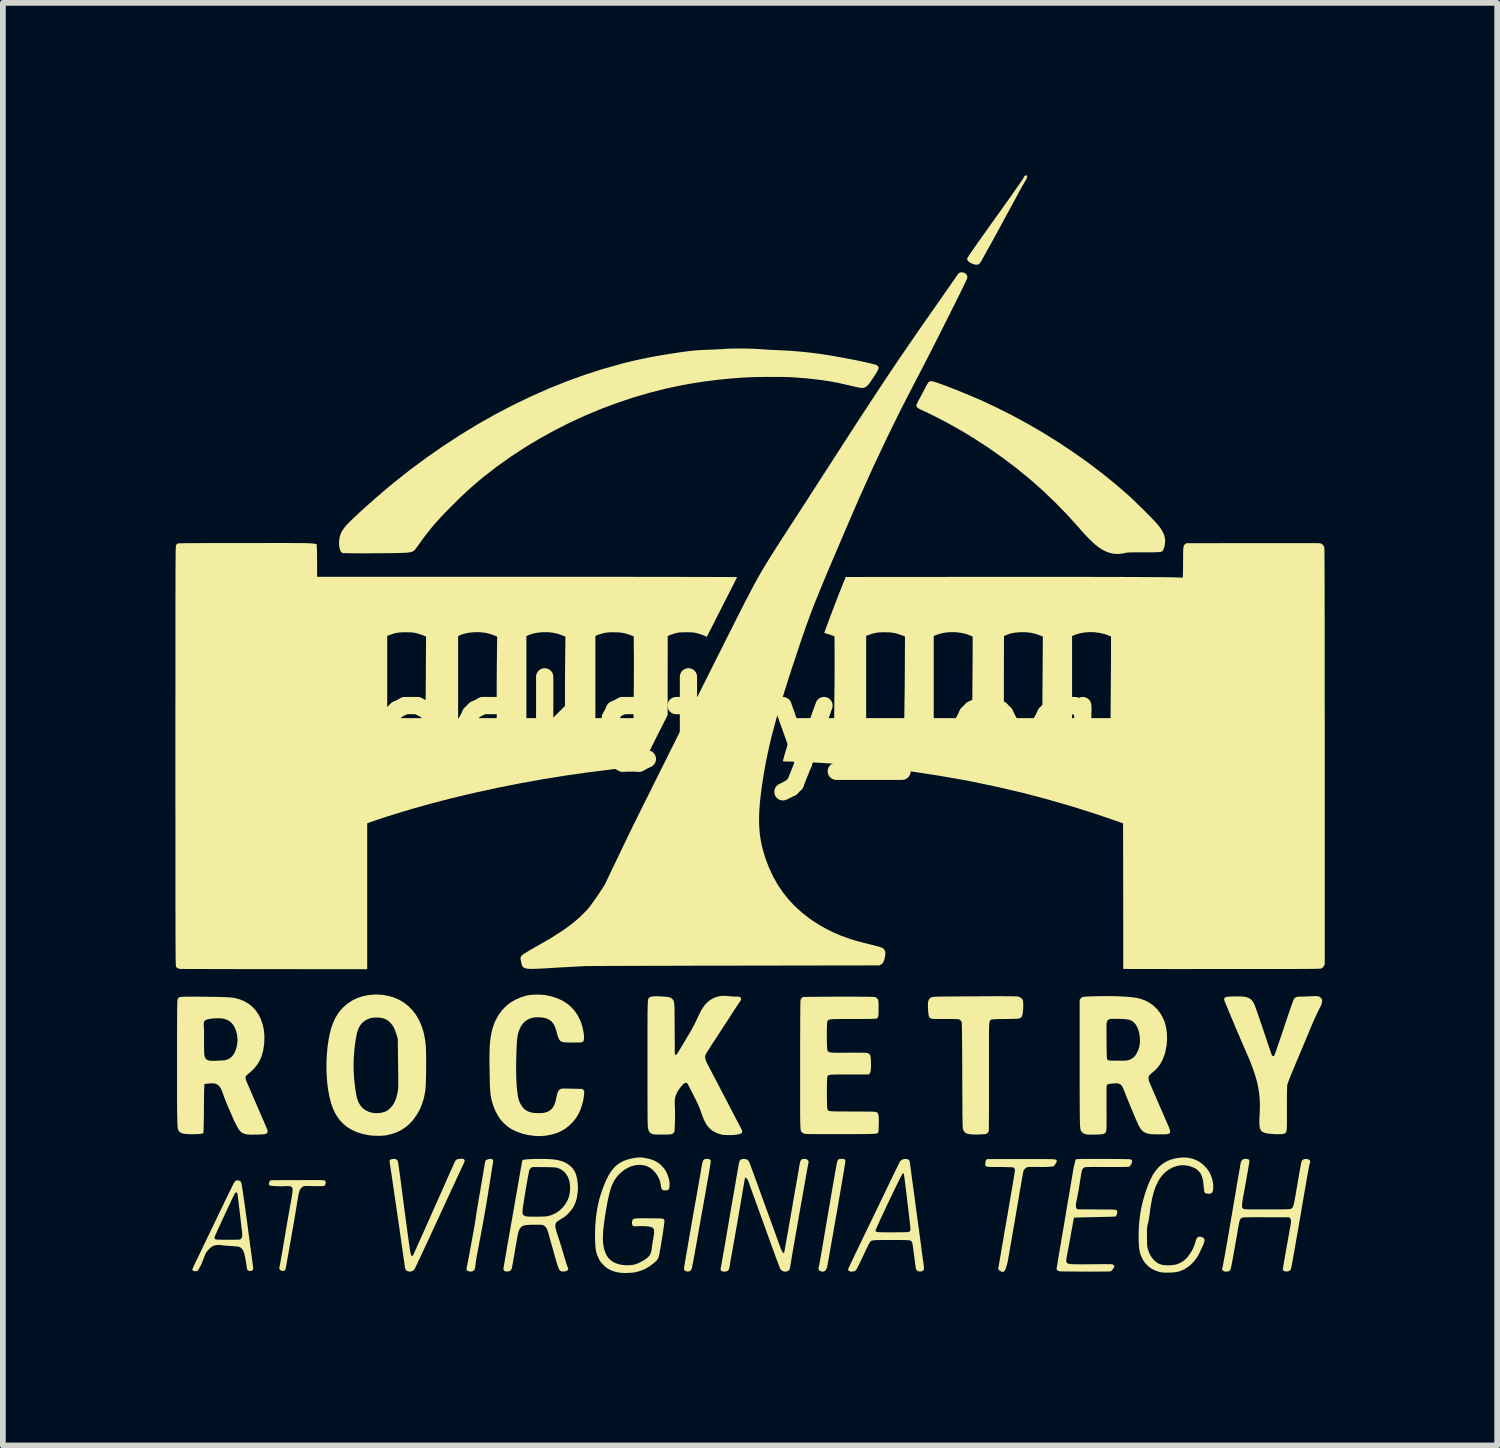
<source format=kicad_pcb>
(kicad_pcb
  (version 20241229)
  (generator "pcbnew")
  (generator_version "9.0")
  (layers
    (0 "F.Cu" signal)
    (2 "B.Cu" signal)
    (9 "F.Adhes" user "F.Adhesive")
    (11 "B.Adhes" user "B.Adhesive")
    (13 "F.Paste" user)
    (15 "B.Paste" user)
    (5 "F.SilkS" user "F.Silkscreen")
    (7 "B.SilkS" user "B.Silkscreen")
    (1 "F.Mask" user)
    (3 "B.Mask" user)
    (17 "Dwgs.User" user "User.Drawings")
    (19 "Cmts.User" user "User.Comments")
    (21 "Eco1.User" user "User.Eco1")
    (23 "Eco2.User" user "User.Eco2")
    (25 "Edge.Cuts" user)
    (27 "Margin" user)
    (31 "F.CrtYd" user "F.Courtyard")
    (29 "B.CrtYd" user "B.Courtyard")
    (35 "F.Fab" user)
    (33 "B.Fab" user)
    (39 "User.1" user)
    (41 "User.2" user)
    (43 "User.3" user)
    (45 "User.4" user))
  (footprint "rocketry_logo"
    (layer "F.Cu")
    (at 9.994 9.542)
    (property "Reference" "rocketry_logo" (at 0 0 0) (layer "F.SilkS") (effects (font (size 1.5 1.5) (thickness 0.3))))
    (attr board_only exclude_from_pos_files exclude_from_bom)
    (fp_poly (pts (xy 4.813 -9.541) (xy 4.819 -9.537) (xy 4.819 -9.526) (xy 4.818 -9.513) (xy 4.808 -9.48) (xy 4.792 -9.454) (xy 4.783 -9.44) (xy 4.769 -9.416) (xy 4.751 -9.385) (xy 4.73 -9.348) (xy 4.707 -9.307) (xy 4.684 -9.265) (xy 4.614 -9.135) (xy 4.55 -9.017) (xy 4.491 -8.909) (xy 4.438 -8.811) (xy 4.39 -8.723) (xy 4.348 -8.644) (xy 4.309 -8.573) (xy 4.275 -8.511) (xy 4.245 -8.457) (xy 4.22 -8.41) (xy 4.197 -8.369) (xy 4.179 -8.336) (xy 4.163 -8.308) (xy 4.154 -8.291) (xy 4.13 -8.25) (xy 4.106 -8.206) (xy 4.082 -8.163) (xy 4.061 -8.124) (xy 4.048 -8.1) (xy 4.031 -8.069) (xy 4.014 -8.041) (xy 3.999 -8.019) (xy 3.988 -8.005) (xy 3.986 -8.003) (xy 3.961 -7.99) (xy 3.928 -7.988) (xy 3.89 -7.996) (xy 3.868 -8.004) (xy 3.827 -8.024) (xy 3.799 -8.044) (xy 3.782 -8.064) (xy 3.776 -8.086) (xy 3.777 -8.101) (xy 3.781 -8.109) (xy 3.793 -8.127) (xy 3.811 -8.155) (xy 3.837 -8.193) (xy 3.87 -8.241) (xy 3.91 -8.299) (xy 3.957 -8.366) (xy 4.012 -8.444) (xy 4.075 -8.532) (xy 4.144 -8.63) (xy 4.222 -8.739) (xy 4.268 -8.803) (xy 4.328 -8.887) (xy 4.386 -8.968) (xy 4.441 -9.046) (xy 4.493 -9.119) (xy 4.542 -9.188) (xy 4.587 -9.252) (xy 4.627 -9.31) (xy 4.663 -9.361) (xy 4.693 -9.405) (xy 4.718 -9.441) (xy 4.737 -9.468) (xy 4.749 -9.487) (xy 4.755 -9.496) (xy 4.755 -9.496) (xy 4.761 -9.515) (xy 4.775 -9.531) (xy 4.793 -9.541) (xy 4.801 -9.542)) (stroke (width 0) (type solid)) (fill yes) (layer "F.SilkS"))
    (fp_poly (pts (xy -4.494 7.563) (xy -4.476 7.573) (xy -4.468 7.591) (xy -4.468 7.618) (xy -4.47 7.628) (xy -4.473 7.645) (xy -4.478 7.672) (xy -4.484 7.706) (xy -4.49 7.746) (xy -4.496 7.787) (xy -4.497 7.79) (xy -4.543 8.081) (xy -4.591 8.374) (xy -4.642 8.665) (xy -4.695 8.95) (xy -4.741 9.19) (xy -4.75 9.235) (xy -4.758 9.282) (xy -4.765 9.326) (xy -4.77 9.365) (xy -4.773 9.392) (xy -4.777 9.423) (xy -4.782 9.452) (xy -4.787 9.473) (xy -4.79 9.484) (xy -4.808 9.505) (xy -4.833 9.518) (xy -4.863 9.522) (xy -4.895 9.516) (xy -4.901 9.513) (xy -4.921 9.501) (xy -4.931 9.486) (xy -4.931 9.464) (xy -4.927 9.443) (xy -4.923 9.429) (xy -4.918 9.403) (xy -4.911 9.367) (xy -4.902 9.323) (xy -4.892 9.272) (xy -4.881 9.215) (xy -4.87 9.153) (xy -4.858 9.089) (xy -4.846 9.023) (xy -4.834 8.957) (xy -4.822 8.893) (xy -4.811 8.831) (xy -4.801 8.773) (xy -4.792 8.721) (xy -4.784 8.675) (xy -4.778 8.638) (xy -4.774 8.611) (xy -4.771 8.594) (xy -4.771 8.594) (xy -4.769 8.579) (xy -4.766 8.553) (xy -4.76 8.516) (xy -4.753 8.471) (xy -4.744 8.417) (xy -4.734 8.357) (xy -4.723 8.291) (xy -4.711 8.221) (xy -4.698 8.148) (xy -4.692 8.113) (xy -4.68 8.039) (xy -4.667 7.967) (xy -4.656 7.9) (xy -4.645 7.838) (xy -4.636 7.782) (xy -4.628 7.733) (xy -4.621 7.694) (xy -4.616 7.664) (xy -4.613 7.645) (xy -4.613 7.64) (xy -4.607 7.61) (xy -4.598 7.59) (xy -4.582 7.577) (xy -4.559 7.569) (xy -4.558 7.568) (xy -4.521 7.562)) (stroke (width 0) (type solid)) (fill yes) (layer "F.SilkS"))
    (fp_poly (pts (xy -0.72 7.564) (xy -0.697 7.574) (xy -0.684 7.589) (xy -0.684 7.589) (xy -0.684 7.596) (xy -0.685 7.61) (xy -0.688 7.632) (xy -0.692 7.662) (xy -0.698 7.702) (xy -0.706 7.751) (xy -0.716 7.81) (xy -0.728 7.879) (xy -0.742 7.959) (xy -0.758 8.051) (xy -0.776 8.155) (xy -0.784 8.201) (xy -0.801 8.296) (xy -0.819 8.395) (xy -0.837 8.495) (xy -0.854 8.594) (xy -0.872 8.692) (xy -0.889 8.787) (xy -0.904 8.876) (xy -0.919 8.958) (xy -0.932 9.032) (xy -0.943 9.096) (xy -0.949 9.126) (xy -0.96 9.19) (xy -0.971 9.251) (xy -0.982 9.308) (xy -0.991 9.359) (xy -1 9.403) (xy -1.007 9.438) (xy -1.013 9.463) (xy -1.017 9.478) (xy -1.018 9.48) (xy -1.034 9.504) (xy -1.058 9.518) (xy -1.087 9.522) (xy -1.118 9.514) (xy -1.12 9.513) (xy -1.137 9.503) (xy -1.146 9.488) (xy -1.148 9.464) (xy -1.148 9.462) (xy -1.147 9.454) (xy -1.144 9.433) (xy -1.139 9.401) (xy -1.132 9.359) (xy -1.123 9.308) (xy -1.113 9.248) (xy -1.101 9.18) (xy -1.088 9.105) (xy -1.074 9.024) (xy -1.06 8.938) (xy -1.044 8.847) (xy -1.027 8.752) (xy -1.01 8.654) (xy -0.993 8.554) (xy -0.975 8.453) (xy -0.957 8.351) (xy -0.939 8.25) (xy -0.921 8.15) (xy -0.904 8.052) (xy -0.887 7.956) (xy -0.885 7.942) (xy -0.876 7.894) (xy -0.867 7.843) (xy -0.859 7.795) (xy -0.852 7.751) (xy -0.846 7.716) (xy -0.845 7.711) (xy -0.837 7.662) (xy -0.829 7.626) (xy -0.82 7.599) (xy -0.809 7.58) (xy -0.795 7.569) (xy -0.778 7.563) (xy -0.756 7.561) (xy -0.754 7.561)) (stroke (width 0) (type solid)) (fill yes) (layer "F.SilkS"))
    (fp_poly (pts (xy 1.623 7.563) (xy 1.643 7.569) (xy 1.654 7.581) (xy 1.657 7.6) (xy 1.655 7.621) (xy 1.653 7.639) (xy 1.648 7.668) (xy 1.642 7.707) (xy 1.634 7.757) (xy 1.624 7.815) (xy 1.613 7.88) (xy 1.601 7.953) (xy 1.587 8.032) (xy 1.573 8.115) (xy 1.558 8.203) (xy 1.542 8.294) (xy 1.526 8.387) (xy 1.51 8.482) (xy 1.493 8.577) (xy 1.477 8.672) (xy 1.46 8.766) (xy 1.445 8.857) (xy 1.429 8.945) (xy 1.414 9.029) (xy 1.4 9.108) (xy 1.387 9.181) (xy 1.376 9.247) (xy 1.365 9.306) (xy 1.356 9.356) (xy 1.349 9.397) (xy 1.343 9.427) (xy 1.339 9.445) (xy 1.338 9.45) (xy 1.324 9.485) (xy 1.305 9.509) (xy 1.28 9.521) (xy 1.25 9.522) (xy 1.221 9.513) (xy 1.201 9.5) (xy 1.191 9.483) (xy 1.191 9.459) (xy 1.196 9.438) (xy 1.199 9.425) (xy 1.204 9.401) (xy 1.21 9.366) (xy 1.218 9.323) (xy 1.227 9.272) (xy 1.237 9.216) (xy 1.248 9.154) (xy 1.259 9.089) (xy 1.264 9.058) (xy 1.281 8.959) (xy 1.298 8.857) (xy 1.315 8.755) (xy 1.333 8.653) (xy 1.35 8.551) (xy 1.367 8.451) (xy 1.384 8.354) (xy 1.4 8.259) (xy 1.415 8.169) (xy 1.43 8.084) (xy 1.444 8.005) (xy 1.456 7.933) (xy 1.468 7.868) (xy 1.477 7.811) (xy 1.486 7.764) (xy 1.492 7.727) (xy 1.497 7.701) (xy 1.5 7.687) (xy 1.5 7.687) (xy 1.505 7.66) (xy 1.51 7.634) (xy 1.513 7.617) (xy 1.52 7.596) (xy 1.531 7.578) (xy 1.532 7.577) (xy 1.543 7.568) (xy 1.555 7.564) (xy 1.573 7.562) (xy 1.592 7.561)) (stroke (width 0) (type solid)) (fill yes) (layer "F.SilkS"))
    (fp_poly (pts (xy -7.582 7.93) (xy -7.535 7.93) (xy -7.498 7.93) (xy -7.467 7.931) (xy -7.443 7.932) (xy -7.426 7.933) (xy -7.413 7.934) (xy -7.403 7.935) (xy -7.398 7.937) (xy -7.394 7.939) (xy -7.393 7.94) (xy -7.384 7.955) (xy -7.38 7.977) (xy -7.384 8.001) (xy -7.393 8.02) (xy -7.393 8.02) (xy -7.398 8.026) (xy -7.403 8.029) (xy -7.411 8.032) (xy -7.424 8.034) (xy -7.443 8.035) (xy -7.47 8.035) (xy -7.508 8.035) (xy -7.527 8.035) (xy -7.57 8.035) (xy -7.612 8.035) (xy -7.65 8.034) (xy -7.682 8.033) (xy -7.7 8.033) (xy -7.736 8.033) (xy -7.763 8.038) (xy -7.785 8.049) (xy -7.805 8.067) (xy -7.812 8.075) (xy -7.821 8.087) (xy -7.829 8.101) (xy -7.836 8.118) (xy -7.842 8.139) (xy -7.849 8.167) (xy -7.856 8.202) (xy -7.864 8.247) (xy -7.873 8.302) (xy -7.878 8.329) (xy -7.887 8.389) (xy -7.899 8.46) (xy -7.912 8.539) (xy -7.927 8.625) (xy -7.942 8.716) (xy -7.959 8.81) (xy -7.975 8.905) (xy -7.992 8.998) (xy -8.008 9.089) (xy -8.016 9.135) (xy -8.025 9.186) (xy -8.035 9.239) (xy -8.044 9.291) (xy -8.052 9.338) (xy -8.059 9.377) (xy -8.061 9.39) (xy -8.069 9.434) (xy -8.077 9.467) (xy -8.083 9.489) (xy -8.088 9.498) (xy -8.104 9.507) (xy -8.126 9.51) (xy -8.15 9.506) (xy -8.17 9.496) (xy -8.184 9.478) (xy -8.187 9.453) (xy -8.181 9.429) (xy -8.179 9.42) (xy -8.175 9.399) (xy -8.169 9.368) (xy -8.161 9.327) (xy -8.153 9.278) (xy -8.143 9.222) (xy -8.132 9.16) (xy -8.121 9.092) (xy -8.109 9.02) (xy -8.103 8.985) (xy -8.089 8.906) (xy -8.076 8.825) (xy -8.062 8.744) (xy -8.049 8.666) (xy -8.036 8.591) (xy -8.024 8.522) (xy -8.013 8.46) (xy -8.003 8.407) (xy -7.996 8.365) (xy -7.995 8.365) (xy -7.983 8.294) (xy -7.972 8.235) (xy -7.965 8.187) (xy -7.959 8.148) (xy -7.957 8.117) (xy -7.956 8.094) (xy -7.957 8.078) (xy -7.96 8.066) (xy -7.961 8.065) (xy -7.972 8.051) (xy -7.99 8.041) (xy -8.015 8.036) (xy -8.05 8.034) (xy -8.087 8.036) (xy -8.126 8.038) (xy -8.168 8.038) (xy -8.211 8.037) (xy -8.252 8.036) (xy -8.289 8.033) (xy -8.32 8.03) (xy -8.344 8.027) (xy -8.357 8.022) (xy -8.358 8.021) (xy -8.367 8.005) (xy -8.368 7.983) (xy -8.361 7.962) (xy -8.351 7.948) (xy -8.334 7.932) (xy -7.869 7.931) (xy -7.78 7.93) (xy -7.703 7.93) (xy -7.637 7.93)) (stroke (width 0) (type solid)) (fill yes) (layer "F.SilkS"))
    (fp_poly (pts (xy 3.171 -5.961) (xy 3.2 -5.953) (xy 3.238 -5.941) (xy 3.284 -5.926) (xy 3.339 -5.906) (xy 3.399 -5.884) (xy 3.465 -5.859) (xy 3.536 -5.831) (xy 3.61 -5.802) (xy 3.686 -5.771) (xy 3.763 -5.74) (xy 3.841 -5.707) (xy 3.917 -5.675) (xy 3.992 -5.642) (xy 4.006 -5.636) (xy 4.283 -5.507) (xy 4.56 -5.368) (xy 4.835 -5.218) (xy 5.107 -5.06) (xy 5.374 -4.893) (xy 5.635 -4.719) (xy 5.889 -4.538) (xy 6.134 -4.352) (xy 6.369 -4.161) (xy 6.581 -3.977) (xy 6.615 -3.946) (xy 6.655 -3.908) (xy 6.7 -3.865) (xy 6.748 -3.818) (xy 6.798 -3.77) (xy 6.848 -3.72) (xy 6.897 -3.671) (xy 6.943 -3.625) (xy 6.986 -3.581) (xy 7.023 -3.542) (xy 7.053 -3.51) (xy 7.074 -3.487) (xy 7.122 -3.429) (xy 7.159 -3.375) (xy 7.186 -3.325) (xy 7.205 -3.276) (xy 7.216 -3.227) (xy 7.218 -3.205) (xy 7.217 -3.144) (xy 7.207 -3.087) (xy 7.19 -3.041) (xy 7.184 -3.029) (xy 7.178 -3.018) (xy 7.172 -3.01) (xy 7.163 -3.003) (xy 7.152 -2.998) (xy 7.135 -2.994) (xy 7.114 -2.991) (xy 7.086 -2.989) (xy 7.05 -2.988) (xy 7.005 -2.987) (xy 6.95 -2.987) (xy 6.884 -2.987) (xy 6.85 -2.987) (xy 6.782 -2.987) (xy 6.725 -2.987) (xy 6.678 -2.987) (xy 6.641 -2.986) (xy 6.61 -2.985) (xy 6.586 -2.984) (xy 6.567 -2.983) (xy 6.551 -2.981) (xy 6.538 -2.978) (xy 6.525 -2.976) (xy 6.52 -2.974) (xy 6.459 -2.963) (xy 6.396 -2.958) (xy 6.336 -2.961) (xy 6.309 -2.965) (xy 6.258 -2.976) (xy 6.208 -2.993) (xy 6.159 -3.015) (xy 6.11 -3.042) (xy 6.059 -3.077) (xy 6.006 -3.118) (xy 5.951 -3.168) (xy 5.891 -3.226) (xy 5.827 -3.293) (xy 5.757 -3.37) (xy 5.723 -3.41) (xy 5.52 -3.635) (xy 5.311 -3.85) (xy 5.095 -4.057) (xy 4.871 -4.255) (xy 4.639 -4.445) (xy 4.397 -4.628) (xy 4.145 -4.805) (xy 3.882 -4.976) (xy 3.848 -4.997) (xy 3.753 -5.055) (xy 3.651 -5.115) (xy 3.544 -5.176) (xy 3.434 -5.236) (xy 3.325 -5.294) (xy 3.219 -5.349) (xy 3.117 -5.399) (xy 3.023 -5.444) (xy 2.997 -5.455) (xy 2.956 -5.475) (xy 2.926 -5.492) (xy 2.906 -5.508) (xy 2.894 -5.523) (xy 2.89 -5.538) (xy 2.89 -5.54) (xy 2.894 -5.552) (xy 2.903 -5.574) (xy 2.917 -5.604) (xy 2.936 -5.64) (xy 2.946 -5.658) (xy 2.968 -5.699) (xy 2.993 -5.745) (xy 3.017 -5.79) (xy 3.038 -5.831) (xy 3.045 -5.845) (xy 3.066 -5.886) (xy 3.084 -5.917) (xy 3.098 -5.938) (xy 3.112 -5.952) (xy 3.126 -5.96) (xy 3.141 -5.963) (xy 3.154 -5.964)) (stroke (width 0) (type solid)) (fill yes) (layer "F.SilkS"))
    (fp_poly (pts (xy 4.813 7.565) (xy 4.901 7.565) (xy 4.979 7.565) (xy 5.045 7.565) (xy 5.103 7.565) (xy 5.151 7.565) (xy 5.191 7.566) (xy 5.224 7.566) (xy 5.25 7.567) (xy 5.271 7.568) (xy 5.287 7.569) (xy 5.298 7.57) (xy 5.306 7.572) (xy 5.312 7.573) (xy 5.316 7.575) (xy 5.318 7.576) (xy 5.33 7.586) (xy 5.334 7.598) (xy 5.331 7.614) (xy 5.319 7.636) (xy 5.31 7.65) (xy 5.284 7.689) (xy 5.235 7.696) (xy 5.208 7.699) (xy 5.169 7.701) (xy 5.118 7.703) (xy 5.054 7.703) (xy 5.007 7.702) (xy 4.954 7.702) (xy 4.911 7.701) (xy 4.879 7.702) (xy 4.855 7.702) (xy 4.837 7.704) (xy 4.824 7.705) (xy 4.816 7.708) (xy 4.81 7.711) (xy 4.78 7.733) (xy 4.759 7.761) (xy 4.755 7.771) (xy 4.752 7.781) (xy 4.748 7.802) (xy 4.742 7.834) (xy 4.735 7.874) (xy 4.726 7.921) (xy 4.717 7.975) (xy 4.707 8.034) (xy 4.696 8.096) (xy 4.696 8.096) (xy 4.685 8.16) (xy 4.673 8.234) (xy 4.659 8.317) (xy 4.644 8.405) (xy 4.628 8.496) (xy 4.612 8.589) (xy 4.597 8.681) (xy 4.581 8.769) (xy 4.57 8.832) (xy 4.558 8.907) (xy 4.545 8.979) (xy 4.533 9.048) (xy 4.522 9.111) (xy 4.512 9.169) (xy 4.504 9.219) (xy 4.496 9.261) (xy 4.491 9.293) (xy 4.487 9.314) (xy 4.486 9.319) (xy 4.478 9.359) (xy 4.468 9.398) (xy 4.457 9.436) (xy 4.445 9.47) (xy 4.433 9.496) (xy 4.423 9.513) (xy 4.422 9.514) (xy 4.406 9.526) (xy 4.389 9.528) (xy 4.366 9.52) (xy 4.365 9.519) (xy 4.342 9.506) (xy 4.325 9.492) (xy 4.317 9.478) (xy 4.316 9.475) (xy 4.317 9.468) (xy 4.32 9.448) (xy 4.325 9.417) (xy 4.332 9.376) (xy 4.341 9.326) (xy 4.351 9.266) (xy 4.363 9.198) (xy 4.375 9.123) (xy 4.389 9.041) (xy 4.405 8.953) (xy 4.42 8.861) (xy 4.437 8.763) (xy 4.455 8.663) (xy 4.458 8.641) (xy 4.476 8.539) (xy 4.493 8.44) (xy 4.509 8.345) (xy 4.525 8.254) (xy 4.539 8.169) (xy 4.553 8.091) (xy 4.565 8.019) (xy 4.576 7.955) (xy 4.585 7.9) (xy 4.592 7.854) (xy 4.598 7.819) (xy 4.602 7.794) (xy 4.604 7.781) (xy 4.604 7.78) (xy 4.605 7.749) (xy 4.598 7.727) (xy 4.584 7.713) (xy 4.578 7.71) (xy 4.568 7.708) (xy 4.546 7.707) (xy 4.516 7.706) (xy 4.477 7.705) (xy 4.431 7.704) (xy 4.381 7.703) (xy 4.341 7.703) (xy 4.277 7.703) (xy 4.225 7.702) (xy 4.183 7.702) (xy 4.151 7.7) (xy 4.127 7.698) (xy 4.111 7.694) (xy 4.1 7.688) (xy 4.093 7.681) (xy 4.091 7.671) (xy 4.09 7.659) (xy 4.091 7.644) (xy 4.091 7.638) (xy 4.094 7.612) (xy 4.098 7.594) (xy 4.105 7.582) (xy 4.108 7.579) (xy 4.123 7.565) (xy 4.712 7.565)) (stroke (width 0) (type solid)) (fill yes) (layer "F.SilkS"))
    (fp_poly (pts (xy -6.392 4.709) (xy -6.29 4.727) (xy -6.193 4.755) (xy -6.102 4.795) (xy -6.018 4.845) (xy -5.941 4.906) (xy -5.872 4.976) (xy -5.811 5.056) (xy -5.758 5.145) (xy -5.725 5.219) (xy -5.696 5.297) (xy -5.674 5.375) (xy -5.657 5.457) (xy -5.644 5.546) (xy -5.638 5.613) (xy -5.636 5.648) (xy -5.635 5.693) (xy -5.634 5.746) (xy -5.633 5.805) (xy -5.633 5.869) (xy -5.633 5.935) (xy -5.634 6.003) (xy -5.634 6.07) (xy -5.636 6.136) (xy -5.637 6.197) (xy -5.639 6.253) (xy -5.641 6.302) (xy -5.644 6.342) (xy -5.646 6.372) (xy -5.648 6.38) (xy -5.671 6.499) (xy -5.705 6.608) (xy -5.748 6.71) (xy -5.801 6.803) (xy -5.863 6.887) (xy -5.906 6.934) (xy -5.975 6.998) (xy -6.049 7.05) (xy -6.128 7.092) (xy -6.214 7.124) (xy -6.308 7.147) (xy -6.332 7.152) (xy -6.377 7.157) (xy -6.43 7.16) (xy -6.487 7.16) (xy -6.545 7.158) (xy -6.599 7.154) (xy -6.62 7.151) (xy -6.727 7.131) (xy -6.825 7.102) (xy -6.916 7.062) (xy -6.998 7.014) (xy -7.071 6.955) (xy -7.135 6.888) (xy -7.19 6.811) (xy -7.225 6.749) (xy -7.259 6.672) (xy -7.289 6.583) (xy -7.314 6.486) (xy -7.334 6.38) (xy -7.35 6.268) (xy -7.361 6.15) (xy -7.366 6.029) (xy -7.367 5.941) (xy -6.895 5.941) (xy -6.894 6.019) (xy -6.89 6.105) (xy -6.883 6.191) (xy -6.874 6.275) (xy -6.864 6.354) (xy -6.852 6.427) (xy -6.839 6.49) (xy -6.835 6.506) (xy -6.813 6.571) (xy -6.781 6.627) (xy -6.741 6.674) (xy -6.692 6.713) (xy -6.636 6.741) (xy -6.574 6.759) (xy -6.507 6.767) (xy -6.435 6.763) (xy -6.419 6.761) (xy -6.359 6.746) (xy -6.305 6.719) (xy -6.258 6.681) (xy -6.217 6.633) (xy -6.182 6.574) (xy -6.154 6.505) (xy -6.134 6.427) (xy -6.122 6.355) (xy -6.121 6.337) (xy -6.119 6.312) (xy -6.118 6.28) (xy -6.118 6.239) (xy -6.118 6.19) (xy -6.118 6.131) (xy -6.119 6.061) (xy -6.12 5.98) (xy -6.121 5.887) (xy -6.121 5.881) (xy -6.127 5.468) (xy -6.148 5.4) (xy -6.169 5.339) (xy -6.19 5.288) (xy -6.214 5.246) (xy -6.242 5.209) (xy -6.253 5.197) (xy -6.294 5.159) (xy -6.339 5.132) (xy -6.391 5.114) (xy -6.449 5.105) (xy -6.493 5.103) (xy -6.546 5.105) (xy -6.592 5.113) (xy -6.634 5.126) (xy -6.658 5.136) (xy -6.707 5.164) (xy -6.748 5.199) (xy -6.782 5.242) (xy -6.81 5.295) (xy -6.832 5.357) (xy -6.845 5.412) (xy -6.862 5.51) (xy -6.876 5.616) (xy -6.886 5.726) (xy -6.893 5.836) (xy -6.895 5.941) (xy -7.367 5.941) (xy -7.367 5.905) (xy -7.362 5.779) (xy -7.352 5.655) (xy -7.345 5.59) (xy -7.327 5.474) (xy -7.306 5.368) (xy -7.279 5.273) (xy -7.248 5.187) (xy -7.212 5.11) (xy -7.17 5.04) (xy -7.122 4.976) (xy -7.078 4.929) (xy -7.004 4.864) (xy -6.924 4.81) (xy -6.837 4.767) (xy -6.743 4.735) (xy -6.644 4.714) (xy -6.539 4.704) (xy -6.5 4.703)) (stroke (width 0) (type solid)) (fill yes) (layer "F.SilkS"))
    (fp_poly (pts (xy -4.994 7.561) (xy -4.982 7.565) (xy -4.975 7.57) (xy -4.966 7.58) (xy -4.963 7.591) (xy -4.964 7.605) (xy -4.972 7.626) (xy -4.986 7.655) (xy -4.986 7.656) (xy -4.992 7.668) (xy -5.003 7.69) (xy -5.018 7.723) (xy -5.038 7.766) (xy -5.062 7.818) (xy -5.09 7.877) (xy -5.121 7.945) (xy -5.155 8.019) (xy -5.193 8.1) (xy -5.232 8.186) (xy -5.274 8.276) (xy -5.318 8.371) (xy -5.364 8.47) (xy -5.41 8.571) (xy -5.416 8.584) (xy -5.463 8.685) (xy -5.508 8.782) (xy -5.552 8.877) (xy -5.593 8.966) (xy -5.633 9.051) (xy -5.669 9.13) (xy -5.704 9.203) (xy -5.734 9.269) (xy -5.762 9.327) (xy -5.785 9.377) (xy -5.805 9.418) (xy -5.82 9.45) (xy -5.83 9.471) (xy -5.835 9.481) (xy -5.836 9.481) (xy -5.861 9.505) (xy -5.892 9.519) (xy -5.926 9.521) (xy -5.959 9.513) (xy -5.977 9.503) (xy -5.989 9.488) (xy -5.998 9.467) (xy -6.004 9.435) (xy -6.006 9.419) (xy -6.008 9.406) (xy -6.011 9.38) (xy -6.016 9.344) (xy -6.023 9.297) (xy -6.031 9.242) (xy -6.04 9.179) (xy -6.05 9.109) (xy -6.061 9.033) (xy -6.072 8.952) (xy -6.085 8.867) (xy -6.097 8.779) (xy -6.11 8.689) (xy -6.124 8.598) (xy -6.137 8.506) (xy -6.15 8.415) (xy -6.163 8.326) (xy -6.176 8.24) (xy -6.188 8.158) (xy -6.199 8.08) (xy -6.21 8.008) (xy -6.219 7.942) (xy -6.228 7.884) (xy -6.235 7.835) (xy -6.241 7.795) (xy -6.246 7.766) (xy -6.246 7.765) (xy -6.252 7.724) (xy -6.258 7.686) (xy -6.263 7.653) (xy -6.266 7.628) (xy -6.269 7.614) (xy -6.269 7.613) (xy -6.268 7.591) (xy -6.257 7.576) (xy -6.236 7.567) (xy -6.206 7.563) (xy -6.173 7.563) (xy -6.15 7.572) (xy -6.133 7.589) (xy -6.126 7.603) (xy -6.123 7.613) (xy -6.119 7.634) (xy -6.114 7.667) (xy -6.108 7.708) (xy -6.101 7.757) (xy -6.093 7.813) (xy -6.085 7.875) (xy -6.076 7.941) (xy -6.068 8.004) (xy -6.05 8.144) (xy -6.032 8.277) (xy -6.016 8.404) (xy -6 8.523) (xy -5.985 8.635) (xy -5.971 8.737) (xy -5.959 8.831) (xy -5.947 8.916) (xy -5.937 8.99) (xy -5.928 9.055) (xy -5.92 9.108) (xy -5.913 9.15) (xy -5.908 9.181) (xy -5.905 9.199) (xy -5.905 9.2) (xy -5.898 9.225) (xy -5.892 9.241) (xy -5.886 9.248) (xy -5.88 9.25) (xy -5.873 9.249) (xy -5.865 9.243) (xy -5.857 9.229) (xy -5.845 9.205) (xy -5.842 9.199) (xy -5.828 9.167) (xy -5.809 9.124) (xy -5.786 9.072) (xy -5.759 9.012) (xy -5.729 8.945) (xy -5.696 8.872) (xy -5.661 8.795) (xy -5.625 8.713) (xy -5.587 8.629) (xy -5.549 8.543) (xy -5.511 8.457) (xy -5.473 8.371) (xy -5.435 8.287) (xy -5.399 8.206) (xy -5.365 8.13) (xy -5.333 8.058) (xy -5.304 7.992) (xy -5.278 7.933) (xy -5.256 7.883) (xy -5.238 7.843) (xy -5.224 7.813) (xy -5.224 7.811) (xy -5.202 7.763) (xy -5.182 7.718) (xy -5.164 7.678) (xy -5.149 7.644) (xy -5.137 7.618) (xy -5.129 7.602) (xy -5.126 7.596) (xy -5.112 7.58) (xy -5.094 7.569) (xy -5.07 7.563) (xy -5.038 7.56) (xy -5.011 7.559)) (stroke (width 0) (type solid)) (fill yes) (layer "F.SilkS"))
    (fp_poly (pts (xy 7.607 7.54) (xy 7.685 7.556) (xy 7.759 7.583) (xy 7.827 7.621) (xy 7.889 7.67) (xy 7.944 7.729) (xy 7.986 7.79) (xy 8.012 7.842) (xy 8.033 7.9) (xy 8.048 7.961) (xy 8.055 8.021) (xy 8.054 8.077) (xy 8.053 8.092) (xy 8.046 8.125) (xy 8.035 8.147) (xy 8.019 8.161) (xy 7.996 8.167) (xy 7.977 8.168) (xy 7.943 8.165) (xy 7.92 8.158) (xy 7.905 8.145) (xy 7.903 8.141) (xy 7.899 8.129) (xy 7.896 8.108) (xy 7.892 8.079) (xy 7.889 8.046) (xy 7.889 8.042) (xy 7.882 7.969) (xy 7.87 7.907) (xy 7.854 7.855) (xy 7.832 7.811) (xy 7.803 7.775) (xy 7.768 7.744) (xy 7.726 7.719) (xy 7.72 7.716) (xy 7.65 7.689) (xy 7.578 7.674) (xy 7.505 7.672) (xy 7.433 7.682) (xy 7.361 7.706) (xy 7.332 7.719) (xy 7.271 7.755) (xy 7.215 7.798) (xy 7.166 7.849) (xy 7.122 7.909) (xy 7.083 7.978) (xy 7.048 8.056) (xy 7.019 8.145) (xy 6.993 8.245) (xy 6.972 8.356) (xy 6.958 8.448) (xy 6.951 8.506) (xy 6.944 8.552) (xy 6.938 8.59) (xy 6.933 8.622) (xy 6.928 8.649) (xy 6.922 8.675) (xy 6.916 8.701) (xy 6.914 8.706) (xy 6.91 8.723) (xy 6.907 8.74) (xy 6.905 8.757) (xy 6.903 8.778) (xy 6.902 8.804) (xy 6.902 8.837) (xy 6.902 8.88) (xy 6.903 8.926) (xy 6.903 8.977) (xy 6.904 9.016) (xy 6.905 9.047) (xy 6.906 9.071) (xy 6.908 9.09) (xy 6.911 9.105) (xy 6.914 9.12) (xy 6.919 9.134) (xy 6.924 9.148) (xy 6.944 9.202) (xy 6.966 9.245) (xy 6.99 9.282) (xy 7.019 9.316) (xy 7.026 9.323) (xy 7.062 9.355) (xy 7.098 9.38) (xy 7.138 9.396) (xy 7.183 9.407) (xy 7.237 9.412) (xy 7.274 9.413) (xy 7.345 9.409) (xy 7.406 9.399) (xy 7.462 9.38) (xy 7.513 9.352) (xy 7.553 9.323) (xy 7.596 9.283) (xy 7.636 9.232) (xy 7.674 9.175) (xy 7.706 9.114) (xy 7.731 9.051) (xy 7.739 9.026) (xy 7.75 8.988) (xy 7.76 8.961) (xy 7.769 8.942) (xy 7.779 8.93) (xy 7.792 8.921) (xy 7.797 8.919) (xy 7.812 8.914) (xy 7.826 8.914) (xy 7.845 8.918) (xy 7.851 8.92) (xy 7.876 8.929) (xy 7.892 8.942) (xy 7.901 8.96) (xy 7.903 8.983) (xy 7.897 9.012) (xy 7.883 9.051) (xy 7.864 9.093) (xy 7.848 9.127) (xy 7.833 9.16) (xy 7.819 9.188) (xy 7.81 9.209) (xy 7.808 9.212) (xy 7.773 9.274) (xy 7.729 9.334) (xy 7.678 9.389) (xy 7.623 9.436) (xy 7.566 9.473) (xy 7.554 9.48) (xy 7.51 9.5) (xy 7.469 9.516) (xy 7.428 9.527) (xy 7.383 9.534) (xy 7.332 9.538) (xy 7.287 9.539) (xy 7.239 9.54) (xy 7.201 9.539) (xy 7.17 9.537) (xy 7.144 9.533) (xy 7.139 9.532) (xy 7.108 9.524) (xy 7.074 9.513) (xy 7.048 9.504) (xy 6.983 9.472) (xy 6.925 9.429) (xy 6.874 9.378) (xy 6.832 9.317) (xy 6.799 9.25) (xy 6.78 9.19) (xy 6.77 9.139) (xy 6.763 9.077) (xy 6.759 9.007) (xy 6.757 8.929) (xy 6.758 8.847) (xy 6.761 8.762) (xy 6.767 8.675) (xy 6.776 8.59) (xy 6.787 8.507) (xy 6.794 8.465) (xy 6.812 8.373) (xy 6.836 8.279) (xy 6.863 8.184) (xy 6.894 8.091) (xy 6.927 8.003) (xy 6.962 7.923) (xy 6.997 7.852) (xy 7.002 7.843) (xy 7.032 7.796) (xy 7.068 7.749) (xy 7.107 7.705) (xy 7.146 7.67) (xy 7.148 7.668) (xy 7.203 7.628) (xy 7.262 7.596) (xy 7.325 7.572) (xy 7.398 7.553) (xy 7.439 7.545) (xy 7.524 7.537)) (stroke (width 0) (type solid)) (fill yes) (layer "F.SilkS"))
    (fp_poly (pts (xy 4.409 4.733) (xy 4.479 4.734) (xy 4.538 4.734) (xy 4.585 4.735) (xy 4.62 4.735) (xy 4.642 4.736) (xy 4.65 4.737) (xy 4.688 4.747) (xy 4.717 4.765) (xy 4.739 4.793) (xy 4.741 4.796) (xy 4.746 4.814) (xy 4.75 4.843) (xy 4.751 4.878) (xy 4.751 4.918) (xy 4.749 4.96) (xy 4.745 5) (xy 4.74 5.037) (xy 4.734 5.066) (xy 4.726 5.087) (xy 4.725 5.089) (xy 4.713 5.102) (xy 4.696 5.114) (xy 4.695 5.114) (xy 4.688 5.117) (xy 4.68 5.12) (xy 4.668 5.122) (xy 4.651 5.124) (xy 4.628 5.125) (xy 4.598 5.126) (xy 4.559 5.127) (xy 4.51 5.128) (xy 4.45 5.129) (xy 4.439 5.129) (xy 4.37 5.13) (xy 4.313 5.131) (xy 4.268 5.133) (xy 4.234 5.134) (xy 4.21 5.136) (xy 4.195 5.138) (xy 4.189 5.14) (xy 4.179 5.151) (xy 4.168 5.168) (xy 4.165 5.175) (xy 4.163 5.18) (xy 4.162 5.186) (xy 4.161 5.193) (xy 4.16 5.204) (xy 4.159 5.218) (xy 4.158 5.235) (xy 4.157 5.258) (xy 4.157 5.285) (xy 4.156 5.318) (xy 4.156 5.358) (xy 4.155 5.405) (xy 4.155 5.459) (xy 4.155 5.522) (xy 4.155 5.594) (xy 4.155 5.676) (xy 4.155 5.767) (xy 4.155 5.87) (xy 4.155 5.984) (xy 4.155 6.11) (xy 4.155 6.135) (xy 4.155 6.281) (xy 4.155 6.416) (xy 4.155 6.538) (xy 4.155 6.648) (xy 4.155 6.746) (xy 4.154 6.832) (xy 4.154 6.905) (xy 4.153 6.966) (xy 4.153 7.015) (xy 4.152 7.05) (xy 4.151 7.073) (xy 4.15 7.084) (xy 4.15 7.084) (xy 4.133 7.109) (xy 4.108 7.126) (xy 4.103 7.128) (xy 4.089 7.131) (xy 4.064 7.133) (xy 4.032 7.135) (xy 3.995 7.137) (xy 3.956 7.138) (xy 3.918 7.138) (xy 3.883 7.138) (xy 3.854 7.136) (xy 3.852 7.136) (xy 3.806 7.13) (xy 3.772 7.122) (xy 3.746 7.109) (xy 3.726 7.09) (xy 3.711 7.065) (xy 3.705 7.052) (xy 3.703 7.047) (xy 3.702 7.041) (xy 3.701 7.034) (xy 3.7 7.024) (xy 3.698 7.011) (xy 3.697 6.994) (xy 3.697 6.973) (xy 3.696 6.947) (xy 3.695 6.916) (xy 3.695 6.878) (xy 3.694 6.833) (xy 3.693 6.781) (xy 3.693 6.72) (xy 3.693 6.651) (xy 3.692 6.572) (xy 3.692 6.483) (xy 3.691 6.383) (xy 3.691 6.271) (xy 3.69 6.148) (xy 3.69 6.11) (xy 3.69 5.972) (xy 3.689 5.847) (xy 3.689 5.734) (xy 3.688 5.633) (xy 3.687 5.543) (xy 3.687 5.464) (xy 3.686 5.396) (xy 3.685 5.338) (xy 3.685 5.289) (xy 3.684 5.25) (xy 3.683 5.22) (xy 3.682 5.199) (xy 3.681 5.186) (xy 3.68 5.181) (xy 3.665 5.16) (xy 3.645 5.141) (xy 3.629 5.133) (xy 3.62 5.132) (xy 3.599 5.131) (xy 3.569 5.13) (xy 3.53 5.129) (xy 3.485 5.129) (xy 3.435 5.129) (xy 3.392 5.129) (xy 3.328 5.129) (xy 3.274 5.129) (xy 3.232 5.128) (xy 3.198 5.127) (xy 3.172 5.125) (xy 3.153 5.122) (xy 3.139 5.117) (xy 3.129 5.112) (xy 3.121 5.104) (xy 3.116 5.095) (xy 3.113 5.091) (xy 3.108 5.074) (xy 3.103 5.048) (xy 3.099 5.014) (xy 3.096 4.976) (xy 3.094 4.937) (xy 3.093 4.9) (xy 3.093 4.867) (xy 3.095 4.841) (xy 3.096 4.837) (xy 3.104 4.805) (xy 3.115 4.782) (xy 3.132 4.765) (xy 3.154 4.753) (xy 3.159 4.75) (xy 3.164 4.749) (xy 3.17 4.747) (xy 3.177 4.745) (xy 3.187 4.744) (xy 3.2 4.743) (xy 3.218 4.742) (xy 3.239 4.741) (xy 3.266 4.74) (xy 3.3 4.739) (xy 3.34 4.739) (xy 3.387 4.738) (xy 3.443 4.738) (xy 3.508 4.737) (xy 3.583 4.737) (xy 3.669 4.736) (xy 3.765 4.735) (xy 3.874 4.735) (xy 3.897 4.735) (xy 4.02 4.734) (xy 4.133 4.734) (xy 4.235 4.733) (xy 4.327 4.733)) (stroke (width 0) (type solid)) (fill yes) (layer "F.SilkS"))
    (fp_poly (pts (xy -3.612 4.708) (xy -3.569 4.712) (xy -3.463 4.733) (xy -3.364 4.764) (xy -3.275 4.804) (xy -3.193 4.853) (xy -3.121 4.911) (xy -3.058 4.979) (xy -3.004 5.054) (xy -2.96 5.139) (xy -2.952 5.157) (xy -2.935 5.202) (xy -2.92 5.25) (xy -2.908 5.3) (xy -2.898 5.35) (xy -2.89 5.397) (xy -2.887 5.438) (xy -2.887 5.471) (xy -2.89 5.488) (xy -2.894 5.503) (xy -2.899 5.515) (xy -2.906 5.524) (xy -2.917 5.53) (xy -2.933 5.534) (xy -2.956 5.537) (xy -2.987 5.538) (xy -3.028 5.538) (xy -3.077 5.538) (xy -3.132 5.538) (xy -3.177 5.537) (xy -3.212 5.535) (xy -3.239 5.533) (xy -3.26 5.529) (xy -3.277 5.523) (xy -3.29 5.516) (xy -3.299 5.51) (xy -3.311 5.497) (xy -3.323 5.478) (xy -3.335 5.453) (xy -3.347 5.418) (xy -3.36 5.373) (xy -3.364 5.355) (xy -3.379 5.304) (xy -3.394 5.263) (xy -3.409 5.23) (xy -3.427 5.202) (xy -3.448 5.178) (xy -3.449 5.176) (xy -3.482 5.149) (xy -3.519 5.128) (xy -3.563 5.113) (xy -3.616 5.103) (xy -3.652 5.1) (xy -3.725 5.099) (xy -3.791 5.109) (xy -3.851 5.13) (xy -3.902 5.161) (xy -3.947 5.203) (xy -3.984 5.256) (xy -4.014 5.319) (xy -4.028 5.361) (xy -4.035 5.386) (xy -4.04 5.411) (xy -4.045 5.438) (xy -4.049 5.468) (xy -4.053 5.502) (xy -4.056 5.543) (xy -4.058 5.592) (xy -4.061 5.649) (xy -4.063 5.717) (xy -4.065 5.771) (xy -4.068 5.917) (xy -4.068 6.051) (xy -4.065 6.175) (xy -4.059 6.286) (xy -4.049 6.386) (xy -4.049 6.394) (xy -4.041 6.447) (xy -4.034 6.491) (xy -4.024 6.528) (xy -4.013 6.562) (xy -3.998 6.595) (xy -3.997 6.597) (xy -3.967 6.648) (xy -3.932 6.69) (xy -3.89 6.721) (xy -3.841 6.744) (xy -3.784 6.759) (xy -3.716 6.766) (xy -3.712 6.766) (xy -3.647 6.766) (xy -3.592 6.762) (xy -3.546 6.751) (xy -3.513 6.738) (xy -3.477 6.716) (xy -3.447 6.689) (xy -3.422 6.656) (xy -3.401 6.614) (xy -3.384 6.563) (xy -3.37 6.501) (xy -3.368 6.49) (xy -3.357 6.441) (xy -3.345 6.403) (xy -3.33 6.376) (xy -3.313 6.356) (xy -3.291 6.344) (xy -3.281 6.34) (xy -3.271 6.339) (xy -3.25 6.339) (xy -3.22 6.338) (xy -3.183 6.339) (xy -3.14 6.34) (xy -3.093 6.341) (xy -3.091 6.341) (xy -2.915 6.345) (xy -2.898 6.364) (xy -2.89 6.375) (xy -2.886 6.385) (xy -2.884 6.398) (xy -2.885 6.419) (xy -2.886 6.435) (xy -2.894 6.5) (xy -2.908 6.571) (xy -2.928 6.642) (xy -2.951 6.709) (xy -2.976 6.765) (xy -3.024 6.847) (xy -3.083 6.921) (xy -3.15 6.987) (xy -3.225 7.044) (xy -3.296 7.084) (xy -3.372 7.116) (xy -3.456 7.14) (xy -3.546 7.157) (xy -3.637 7.165) (xy -3.728 7.164) (xy -3.755 7.161) (xy -3.863 7.146) (xy -3.964 7.122) (xy -4.057 7.089) (xy -4.142 7.048) (xy -4.184 7.022) (xy -4.22 6.995) (xy -4.26 6.961) (xy -4.299 6.923) (xy -4.333 6.885) (xy -4.349 6.865) (xy -4.373 6.829) (xy -4.399 6.784) (xy -4.425 6.734) (xy -4.448 6.682) (xy -4.467 6.631) (xy -4.477 6.6) (xy -4.487 6.567) (xy -4.495 6.536) (xy -4.502 6.507) (xy -4.507 6.478) (xy -4.512 6.447) (xy -4.516 6.414) (xy -4.519 6.377) (xy -4.522 6.335) (xy -4.524 6.286) (xy -4.526 6.228) (xy -4.527 6.161) (xy -4.529 6.083) (xy -4.529 6.048) (xy -4.531 5.952) (xy -4.532 5.868) (xy -4.532 5.794) (xy -4.531 5.729) (xy -4.53 5.671) (xy -4.528 5.62) (xy -4.526 5.575) (xy -4.522 5.533) (xy -4.518 5.494) (xy -4.513 5.456) (xy -4.509 5.433) (xy -4.492 5.346) (xy -4.471 5.267) (xy -4.445 5.195) (xy -4.419 5.139) (xy -4.369 5.051) (xy -4.31 4.972) (xy -4.243 4.903) (xy -4.166 4.843) (xy -4.081 4.793) (xy -3.988 4.752) (xy -3.888 4.722) (xy -3.843 4.713) (xy -3.789 4.708) (xy -3.729 4.705) (xy -3.669 4.705)) (stroke (width 0) (type solid)) (fill yes) (layer "F.SilkS"))
    (fp_poly (pts (xy -8.885 7.94) (xy -8.862 7.952) (xy -8.849 7.971) (xy -8.847 7.978) (xy -8.844 7.992) (xy -8.84 8.014) (xy -8.835 8.043) (xy -8.829 8.081) (xy -8.822 8.127) (xy -8.814 8.183) (xy -8.805 8.248) (xy -8.794 8.322) (xy -8.782 8.407) (xy -8.769 8.503) (xy -8.754 8.609) (xy -8.738 8.727) (xy -8.721 8.857) (xy -8.702 8.999) (xy -8.691 9.081) (xy -8.682 9.146) (xy -8.674 9.208) (xy -8.666 9.266) (xy -8.659 9.318) (xy -8.653 9.363) (xy -8.648 9.4) (xy -8.644 9.427) (xy -8.642 9.443) (xy -8.641 9.446) (xy -8.641 9.474) (xy -8.648 9.493) (xy -8.665 9.506) (xy -8.675 9.509) (xy -8.704 9.512) (xy -8.727 9.504) (xy -8.743 9.486) (xy -8.748 9.473) (xy -8.752 9.453) (xy -8.755 9.435) (xy -8.755 9.433) (xy -8.756 9.418) (xy -8.76 9.393) (xy -8.765 9.361) (xy -8.772 9.325) (xy -8.779 9.287) (xy -8.786 9.252) (xy -8.793 9.22) (xy -8.799 9.197) (xy -8.8 9.192) (xy -8.817 9.152) (xy -8.841 9.12) (xy -8.869 9.098) (xy -8.887 9.091) (xy -8.902 9.088) (xy -8.927 9.085) (xy -8.96 9.082) (xy -8.997 9.079) (xy -9.023 9.077) (xy -9.063 9.075) (xy -9.102 9.072) (xy -9.137 9.069) (xy -9.164 9.066) (xy -9.175 9.064) (xy -9.224 9.059) (xy -9.272 9.06) (xy -9.315 9.068) (xy -9.345 9.079) (xy -9.376 9.099) (xy -9.407 9.128) (xy -9.437 9.162) (xy -9.462 9.198) (xy -9.463 9.2) (xy -9.474 9.222) (xy -9.486 9.251) (xy -9.499 9.284) (xy -9.505 9.301) (xy -9.519 9.337) (xy -9.535 9.376) (xy -9.552 9.413) (xy -9.569 9.447) (xy -9.585 9.475) (xy -9.598 9.496) (xy -9.608 9.506) (xy -9.628 9.514) (xy -9.653 9.515) (xy -9.677 9.511) (xy -9.682 9.508) (xy -9.694 9.499) (xy -9.7 9.492) (xy -9.698 9.483) (xy -9.692 9.465) (xy -9.681 9.44) (xy -9.667 9.408) (xy -9.65 9.373) (xy -9.649 9.372) (xy -9.637 9.346) (xy -9.619 9.31) (xy -9.598 9.266) (xy -9.572 9.213) (xy -9.544 9.155) (xy -9.514 9.092) (xy -9.482 9.025) (xy -9.449 8.956) (xy -9.439 8.935) (xy -9.316 8.935) (xy -9.311 8.948) (xy -9.302 8.958) (xy -9.296 8.961) (xy -9.287 8.963) (xy -9.274 8.965) (xy -9.255 8.966) (xy -9.229 8.967) (xy -9.194 8.967) (xy -9.15 8.968) (xy -9.094 8.968) (xy -9.08 8.968) (xy -9.022 8.968) (xy -8.977 8.968) (xy -8.941 8.967) (xy -8.914 8.967) (xy -8.894 8.966) (xy -8.88 8.964) (xy -8.87 8.962) (xy -8.864 8.96) (xy -8.859 8.956) (xy -8.855 8.953) (xy -8.843 8.94) (xy -8.835 8.922) (xy -8.832 8.899) (xy -8.832 8.867) (xy -8.835 8.826) (xy -8.836 8.819) (xy -8.839 8.797) (xy -8.843 8.764) (xy -8.848 8.721) (xy -8.854 8.671) (xy -8.86 8.615) (xy -8.867 8.555) (xy -8.875 8.492) (xy -8.879 8.45) (xy -8.887 8.39) (xy -8.893 8.333) (xy -8.9 8.283) (xy -8.905 8.238) (xy -8.91 8.202) (xy -8.913 8.174) (xy -8.916 8.157) (xy -8.917 8.152) (xy -8.924 8.149) (xy -8.936 8.145) (xy -8.94 8.145) (xy -8.944 8.145) (xy -8.949 8.149) (xy -8.955 8.155) (xy -8.962 8.167) (xy -8.971 8.184) (xy -8.983 8.208) (xy -8.999 8.24) (xy -9.018 8.281) (xy -9.042 8.331) (xy -9.061 8.372) (xy -9.11 8.476) (xy -9.154 8.57) (xy -9.193 8.654) (xy -9.226 8.727) (xy -9.255 8.79) (xy -9.278 8.841) (xy -9.296 8.882) (xy -9.308 8.911) (xy -9.315 8.929) (xy -9.316 8.935) (xy -9.439 8.935) (xy -9.415 8.886) (xy -9.411 8.877) (xy -9.353 8.757) (xy -9.301 8.648) (xy -9.253 8.549) (xy -9.211 8.46) (xy -9.172 8.381) (xy -9.138 8.31) (xy -9.108 8.248) (xy -9.082 8.194) (xy -9.059 8.147) (xy -9.039 8.107) (xy -9.023 8.073) (xy -9.008 8.044) (xy -8.997 8.021) (xy -8.987 8.002) (xy -8.979 7.988) (xy -8.973 7.977) (xy -8.968 7.968) (xy -8.964 7.962) (xy -8.961 7.96) (xy -8.947 7.944) (xy -8.933 7.937) (xy -8.916 7.935)) (stroke (width 0) (type solid)) (fill yes) (layer "F.SilkS"))
    (fp_poly (pts (xy 9.852 4.731) (xy 9.877 4.734) (xy 9.897 4.74) (xy 9.913 4.75) (xy 9.928 4.764) (xy 9.929 4.766) (xy 9.941 4.78) (xy 9.947 4.792) (xy 9.948 4.808) (xy 9.947 4.828) (xy 9.945 4.843) (xy 9.942 4.858) (xy 9.936 4.876) (xy 9.927 4.898) (xy 9.913 4.926) (xy 9.894 4.963) (xy 9.886 4.98) (xy 9.869 5.014) (xy 9.849 5.057) (xy 9.825 5.108) (xy 9.801 5.163) (xy 9.775 5.221) (xy 9.751 5.279) (xy 9.734 5.32) (xy 9.712 5.371) (xy 9.687 5.431) (xy 9.659 5.5) (xy 9.628 5.573) (xy 9.596 5.65) (xy 9.563 5.728) (xy 9.531 5.804) (xy 9.5 5.877) (xy 9.495 5.89) (xy 9.463 5.967) (xy 9.435 6.033) (xy 9.412 6.089) (xy 9.393 6.136) (xy 9.378 6.175) (xy 9.366 6.207) (xy 9.356 6.232) (xy 9.35 6.253) (xy 9.345 6.269) (xy 9.342 6.283) (xy 9.342 6.284) (xy 9.34 6.303) (xy 9.339 6.332) (xy 9.338 6.373) (xy 9.337 6.425) (xy 9.336 6.489) (xy 9.336 6.565) (xy 9.336 6.654) (xy 9.336 6.697) (xy 9.336 6.779) (xy 9.336 6.849) (xy 9.336 6.908) (xy 9.336 6.957) (xy 9.335 6.997) (xy 9.334 7.029) (xy 9.332 7.054) (xy 9.329 7.074) (xy 9.326 7.088) (xy 9.322 7.099) (xy 9.316 7.106) (xy 9.31 7.112) (xy 9.303 7.116) (xy 9.296 7.12) (xy 9.273 7.127) (xy 9.238 7.132) (xy 9.19 7.133) (xy 9.132 7.132) (xy 9.09 7.129) (xy 9.037 7.125) (xy 8.995 7.119) (xy 8.961 7.112) (xy 8.934 7.102) (xy 8.923 7.097) (xy 8.904 7.085) (xy 8.888 7.071) (xy 8.876 7.052) (xy 8.867 7.028) (xy 8.861 6.998) (xy 8.858 6.96) (xy 8.857 6.913) (xy 8.858 6.855) (xy 8.862 6.787) (xy 8.865 6.691) (xy 8.866 6.6) (xy 8.862 6.512) (xy 8.854 6.426) (xy 8.841 6.341) (xy 8.824 6.254) (xy 8.801 6.165) (xy 8.772 6.072) (xy 8.738 5.974) (xy 8.698 5.87) (xy 8.651 5.757) (xy 8.605 5.652) (xy 8.588 5.614) (xy 8.567 5.566) (xy 8.543 5.51) (xy 8.517 5.448) (xy 8.489 5.383) (xy 8.46 5.316) (xy 8.432 5.25) (xy 8.413 5.203) (xy 8.387 5.143) (xy 8.363 5.085) (xy 8.34 5.03) (xy 8.319 4.98) (xy 8.301 4.936) (xy 8.286 4.899) (xy 8.274 4.872) (xy 8.267 4.855) (xy 8.267 4.855) (xy 8.254 4.823) (xy 8.247 4.797) (xy 8.245 4.778) (xy 8.25 4.763) (xy 8.263 4.753) (xy 8.285 4.745) (xy 8.317 4.741) (xy 8.36 4.738) (xy 8.415 4.737) (xy 8.416 4.737) (xy 8.487 4.736) (xy 8.547 4.738) (xy 8.596 4.742) (xy 8.637 4.751) (xy 8.671 4.763) (xy 8.7 4.779) (xy 8.723 4.801) (xy 8.744 4.828) (xy 8.764 4.862) (xy 8.768 4.871) (xy 8.774 4.884) (xy 8.783 4.908) (xy 8.795 4.942) (xy 8.811 4.985) (xy 8.828 5.036) (xy 8.848 5.092) (xy 8.869 5.154) (xy 8.892 5.22) (xy 8.915 5.288) (xy 8.916 5.293) (xy 8.939 5.361) (xy 8.962 5.428) (xy 8.983 5.491) (xy 9.002 5.549) (xy 9.02 5.601) (xy 9.035 5.646) (xy 9.047 5.682) (xy 9.056 5.708) (xy 9.061 5.724) (xy 9.061 5.724) (xy 9.071 5.75) (xy 9.078 5.765) (xy 9.085 5.772) (xy 9.092 5.774) (xy 9.093 5.774) (xy 9.108 5.772) (xy 9.114 5.769) (xy 9.118 5.762) (xy 9.125 5.744) (xy 9.135 5.716) (xy 9.149 5.678) (xy 9.165 5.631) (xy 9.183 5.577) (xy 9.204 5.517) (xy 9.227 5.45) (xy 9.251 5.379) (xy 9.276 5.305) (xy 9.283 5.283) (xy 9.309 5.205) (xy 9.334 5.13) (xy 9.358 5.06) (xy 9.38 4.996) (xy 9.4 4.939) (xy 9.417 4.889) (xy 9.432 4.847) (xy 9.444 4.815) (xy 9.452 4.794) (xy 9.457 4.783) (xy 9.457 4.783) (xy 9.471 4.766) (xy 9.485 4.755) (xy 9.503 4.747) (xy 9.526 4.742) (xy 9.557 4.739) (xy 9.599 4.739) (xy 9.6 4.739) (xy 9.643 4.738) (xy 9.693 4.736) (xy 9.741 4.734) (xy 9.774 4.733) (xy 9.818 4.73)) (stroke (width 0) (type solid)) (fill yes) (layer "F.SilkS"))
    (fp_poly (pts (xy -0.123 -6.531) (xy -0.055 -6.53) (xy 0.011 -6.528) (xy 0.072 -6.526) (xy 0.126 -6.524) (xy 0.17 -6.521) (xy 0.174 -6.52) (xy 0.215 -6.517) (xy 0.265 -6.514) (xy 0.321 -6.51) (xy 0.38 -6.507) (xy 0.437 -6.505) (xy 0.474 -6.503) (xy 0.625 -6.496) (xy 0.773 -6.486) (xy 0.92 -6.473) (xy 1.068 -6.457) (xy 1.219 -6.437) (xy 1.376 -6.413) (xy 1.539 -6.385) (xy 1.711 -6.353) (xy 1.787 -6.338) (xy 1.879 -6.32) (xy 1.959 -6.303) (xy 2.029 -6.287) (xy 2.088 -6.274) (xy 2.135 -6.262) (xy 2.171 -6.253) (xy 2.194 -6.245) (xy 2.2 -6.242) (xy 2.217 -6.23) (xy 2.229 -6.217) (xy 2.234 -6.205) (xy 2.235 -6.191) (xy 2.231 -6.174) (xy 2.221 -6.152) (xy 2.205 -6.123) (xy 2.183 -6.086) (xy 2.154 -6.041) (xy 2.153 -6.039) (xy 2.12 -5.991) (xy 2.094 -5.952) (xy 2.072 -5.922) (xy 2.053 -5.899) (xy 2.038 -5.882) (xy 2.023 -5.87) (xy 2.009 -5.861) (xy 2.004 -5.859) (xy 1.992 -5.853) (xy 1.98 -5.849) (xy 1.967 -5.846) (xy 1.952 -5.845) (xy 1.934 -5.846) (xy 1.911 -5.849) (xy 1.881 -5.855) (xy 1.844 -5.862) (xy 1.798 -5.873) (xy 1.742 -5.886) (xy 1.699 -5.896) (xy 1.53 -5.934) (xy 1.359 -5.965) (xy 1.182 -5.99) (xy 0.999 -6.011) (xy 0.808 -6.026) (xy 0.69 -6.033) (xy 0.642 -6.035) (xy 0.582 -6.036) (xy 0.514 -6.037) (xy 0.44 -6.037) (xy 0.362 -6.037) (xy 0.281 -6.037) (xy 0.2 -6.036) (xy 0.122 -6.035) (xy 0.048 -6.033) (xy -0.019 -6.031) (xy -0.078 -6.028) (xy -0.119 -6.026) (xy -0.355 -6.008) (xy -0.582 -5.985) (xy -0.802 -5.957) (xy -1.019 -5.923) (xy -1.234 -5.883) (xy -1.451 -5.836) (xy -1.471 -5.832) (xy -1.755 -5.76) (xy -2.038 -5.677) (xy -2.319 -5.583) (xy -2.598 -5.478) (xy -2.873 -5.363) (xy -3.144 -5.238) (xy -3.409 -5.103) (xy -3.668 -4.96) (xy -3.92 -4.808) (xy -4.164 -4.648) (xy -4.399 -4.481) (xy -4.624 -4.307) (xy -4.687 -4.255) (xy -4.759 -4.194) (xy -4.826 -4.136) (xy -4.891 -4.079) (xy -4.956 -4.019) (xy -5.023 -3.956) (xy -5.094 -3.887) (xy -5.165 -3.816) (xy -5.247 -3.734) (xy -5.321 -3.658) (xy -5.388 -3.587) (xy -5.45 -3.518) (xy -5.508 -3.452) (xy -5.564 -3.384) (xy -5.619 -3.315) (xy -5.675 -3.242) (xy -5.733 -3.162) (xy -5.795 -3.075) (xy -5.808 -3.057) (xy -5.826 -3.034) (xy -5.843 -3.016) (xy -5.863 -3.003) (xy -5.886 -2.994) (xy -5.916 -2.987) (xy -5.956 -2.983) (xy -5.981 -2.98) (xy -6.005 -2.979) (xy -6.04 -2.977) (xy -6.084 -2.976) (xy -6.136 -2.974) (xy -6.195 -2.973) (xy -6.259 -2.972) (xy -6.327 -2.971) (xy -6.399 -2.971) (xy -6.472 -2.97) (xy -6.547 -2.97) (xy -6.621 -2.969) (xy -6.694 -2.969) (xy -6.764 -2.969) (xy -6.83 -2.969) (xy -6.891 -2.97) (xy -6.947 -2.97) (xy -6.995 -2.971) (xy -7.034 -2.972) (xy -7.064 -2.973) (xy -7.083 -2.974) (xy -7.09 -2.976) (xy -7.112 -2.994) (xy -7.129 -3.024) (xy -7.14 -3.064) (xy -7.147 -3.113) (xy -7.147 -3.171) (xy -7.147 -3.18) (xy -7.139 -3.241) (xy -7.124 -3.298) (xy -7.098 -3.353) (xy -7.063 -3.407) (xy -7.016 -3.463) (xy -7.005 -3.475) (xy -6.969 -3.511) (xy -6.925 -3.555) (xy -6.872 -3.605) (xy -6.813 -3.66) (xy -6.749 -3.719) (xy -6.681 -3.781) (xy -6.609 -3.844) (xy -6.536 -3.909) (xy -6.462 -3.973) (xy -6.389 -4.036) (xy -6.318 -4.097) (xy -6.249 -4.154) (xy -6.197 -4.197) (xy -5.913 -4.422) (xy -5.623 -4.636) (xy -5.33 -4.84) (xy -5.032 -5.034) (xy -4.731 -5.217) (xy -4.427 -5.389) (xy -4.12 -5.549) (xy -3.81 -5.698) (xy -3.499 -5.836) (xy -3.187 -5.961) (xy -2.874 -6.074) (xy -2.56 -6.175) (xy -2.246 -6.263) (xy -2.242 -6.265) (xy -2.078 -6.306) (xy -1.914 -6.343) (xy -1.748 -6.377) (xy -1.577 -6.409) (xy -1.399 -6.438) (xy -1.248 -6.461) (xy -1.17 -6.472) (xy -1.101 -6.481) (xy -1.04 -6.489) (xy -0.984 -6.495) (xy -0.93 -6.499) (xy -0.876 -6.503) (xy -0.82 -6.506) (xy -0.758 -6.509) (xy -0.723 -6.51) (xy -0.67 -6.512) (xy -0.618 -6.514) (xy -0.569 -6.516) (xy -0.525 -6.519) (xy -0.489 -6.521) (xy -0.465 -6.523) (xy -0.427 -6.526) (xy -0.379 -6.528) (xy -0.322 -6.53) (xy -0.259 -6.531) (xy -0.192 -6.531)) (stroke (width 0) (type solid)) (fill yes) (layer "F.SilkS"))
    (fp_poly (pts (xy -1.876 7.538) (xy -1.841 7.543) (xy -1.812 7.548) (xy -1.731 7.567) (xy -1.66 7.594) (xy -1.597 7.63) (xy -1.542 7.674) (xy -1.495 7.728) (xy -1.486 7.74) (xy -1.457 7.788) (xy -1.433 7.841) (xy -1.415 7.898) (xy -1.403 7.954) (xy -1.399 8.008) (xy -1.403 8.056) (xy -1.407 8.073) (xy -1.415 8.092) (xy -1.428 8.103) (xy -1.449 8.109) (xy -1.47 8.11) (xy -1.5 8.108) (xy -1.521 8.102) (xy -1.535 8.089) (xy -1.544 8.067) (xy -1.55 8.035) (xy -1.551 8.024) (xy -1.563 7.961) (xy -1.586 7.899) (xy -1.618 7.841) (xy -1.657 7.788) (xy -1.702 7.743) (xy -1.745 7.713) (xy -1.804 7.685) (xy -1.867 7.67) (xy -1.932 7.665) (xy -1.998 7.672) (xy -2.065 7.69) (xy -2.13 7.719) (xy -2.193 7.757) (xy -2.253 7.806) (xy -2.287 7.839) (xy -2.316 7.873) (xy -2.342 7.909) (xy -2.366 7.947) (xy -2.388 7.99) (xy -2.408 8.037) (xy -2.426 8.091) (xy -2.444 8.152) (xy -2.461 8.222) (xy -2.477 8.301) (xy -2.494 8.391) (xy -2.512 8.492) (xy -2.512 8.497) (xy -2.53 8.614) (xy -2.544 8.719) (xy -2.554 8.813) (xy -2.559 8.894) (xy -2.56 8.964) (xy -2.557 9.023) (xy -2.555 9.042) (xy -2.54 9.12) (xy -2.519 9.187) (xy -2.492 9.244) (xy -2.457 9.292) (xy -2.416 9.331) (xy -2.366 9.362) (xy -2.319 9.382) (xy -2.256 9.4) (xy -2.187 9.41) (xy -2.117 9.412) (xy -2.049 9.406) (xy -2.003 9.397) (xy -1.962 9.383) (xy -1.918 9.364) (xy -1.874 9.34) (xy -1.832 9.315) (xy -1.795 9.288) (xy -1.766 9.262) (xy -1.746 9.238) (xy -1.745 9.235) (xy -1.733 9.214) (xy -1.725 9.193) (xy -1.718 9.168) (xy -1.713 9.137) (xy -1.709 9.106) (xy -1.705 9.076) (xy -1.699 9.039) (xy -1.693 8.998) (xy -1.686 8.965) (xy -1.676 8.903) (xy -1.67 8.853) (xy -1.669 8.814) (xy -1.673 8.787) (xy -1.677 8.779) (xy -1.689 8.764) (xy -1.706 8.752) (xy -1.707 8.752) (xy -1.732 8.744) (xy -1.767 8.737) (xy -1.811 8.733) (xy -1.861 8.731) (xy -1.915 8.731) (xy -1.94 8.732) (xy -1.976 8.733) (xy -2.002 8.734) (xy -2.018 8.733) (xy -2.029 8.732) (xy -2.035 8.729) (xy -2.04 8.724) (xy -2.042 8.72) (xy -2.054 8.69) (xy -2.055 8.658) (xy -2.049 8.637) (xy -2.044 8.626) (xy -2.039 8.617) (xy -2.032 8.61) (xy -2.021 8.605) (xy -2.007 8.601) (xy -1.987 8.598) (xy -1.96 8.596) (xy -1.925 8.595) (xy -1.881 8.594) (xy -1.827 8.594) (xy -1.761 8.595) (xy -1.755 8.595) (xy -1.693 8.595) (xy -1.643 8.596) (xy -1.603 8.597) (xy -1.572 8.597) (xy -1.548 8.599) (xy -1.532 8.6) (xy -1.52 8.602) (xy -1.512 8.604) (xy -1.507 8.606) (xy -1.505 8.608) (xy -1.493 8.624) (xy -1.488 8.637) (xy -1.488 8.648) (xy -1.491 8.669) (xy -1.495 8.701) (xy -1.5 8.741) (xy -1.507 8.788) (xy -1.515 8.841) (xy -1.524 8.899) (xy -1.534 8.959) (xy -1.544 9.021) (xy -1.554 9.084) (xy -1.565 9.145) (xy -1.572 9.184) (xy -1.58 9.229) (xy -1.589 9.263) (xy -1.599 9.291) (xy -1.613 9.314) (xy -1.631 9.336) (xy -1.656 9.359) (xy -1.671 9.372) (xy -1.749 9.431) (xy -1.83 9.478) (xy -1.916 9.512) (xy -1.991 9.532) (xy -2.027 9.538) (xy -2.071 9.542) (xy -2.12 9.545) (xy -2.17 9.546) (xy -2.217 9.545) (xy -2.256 9.542) (xy -2.258 9.542) (xy -2.315 9.532) (xy -2.366 9.519) (xy -2.414 9.501) (xy -2.439 9.489) (xy -2.468 9.474) (xy -2.493 9.457) (xy -2.518 9.437) (xy -2.547 9.409) (xy -2.549 9.407) (xy -2.576 9.379) (xy -2.596 9.356) (xy -2.612 9.332) (xy -2.627 9.306) (xy -2.634 9.29) (xy -2.648 9.259) (xy -2.661 9.227) (xy -2.671 9.199) (xy -2.674 9.188) (xy -2.682 9.146) (xy -2.689 9.091) (xy -2.693 9.026) (xy -2.696 8.95) (xy -2.697 8.883) (xy -2.692 8.717) (xy -2.678 8.558) (xy -2.654 8.406) (xy -2.621 8.259) (xy -2.576 8.116) (xy -2.522 7.975) (xy -2.51 7.947) (xy -2.468 7.861) (xy -2.423 7.788) (xy -2.375 7.725) (xy -2.322 7.673) (xy -2.263 7.63) (xy -2.197 7.596) (xy -2.123 7.57) (xy -2.041 7.551) (xy -2.023 7.548) (xy -1.978 7.541) (xy -1.941 7.537) (xy -1.908 7.536)) (stroke (width 0) (type solid)) (fill yes) (layer "F.SilkS"))
    (fp_poly (pts (xy 2.744 7.568) (xy 2.763 7.581) (xy 2.775 7.601) (xy 2.778 7.62) (xy 2.78 7.63) (xy 2.783 7.651) (xy 2.787 7.684) (xy 2.793 7.728) (xy 2.8 7.781) (xy 2.808 7.843) (xy 2.818 7.914) (xy 2.828 7.992) (xy 2.84 8.077) (xy 2.852 8.167) (xy 2.865 8.263) (xy 2.878 8.363) (xy 2.892 8.467) (xy 2.901 8.532) (xy 2.915 8.638) (xy 2.929 8.741) (xy 2.943 8.839) (xy 2.955 8.933) (xy 2.967 9.021) (xy 2.978 9.103) (xy 2.988 9.178) (xy 2.997 9.246) (xy 3.005 9.304) (xy 3.012 9.354) (xy 3.017 9.393) (xy 3.021 9.422) (xy 3.023 9.439) (xy 3.024 9.443) (xy 3.024 9.475) (xy 3.014 9.499) (xy 2.995 9.513) (xy 2.986 9.516) (xy 2.952 9.521) (xy 2.922 9.514) (xy 2.9 9.499) (xy 2.885 9.474) (xy 2.881 9.457) (xy 2.879 9.442) (xy 2.876 9.416) (xy 2.871 9.383) (xy 2.866 9.345) (xy 2.861 9.306) (xy 2.855 9.261) (xy 2.849 9.214) (xy 2.843 9.17) (xy 2.838 9.131) (xy 2.835 9.108) (xy 2.831 9.077) (xy 2.826 9.048) (xy 2.82 9.025) (xy 2.816 9.013) (xy 2.812 9.004) (xy 2.807 8.997) (xy 2.802 8.99) (xy 2.794 8.985) (xy 2.784 8.981) (xy 2.769 8.978) (xy 2.749 8.976) (xy 2.722 8.974) (xy 2.688 8.973) (xy 2.645 8.973) (xy 2.593 8.972) (xy 2.53 8.972) (xy 2.456 8.972) (xy 2.381 8.972) (xy 2.318 8.972) (xy 2.265 8.973) (xy 2.222 8.973) (xy 2.187 8.974) (xy 2.16 8.976) (xy 2.139 8.979) (xy 2.123 8.982) (xy 2.111 8.986) (xy 2.102 8.991) (xy 2.095 8.998) (xy 2.088 9.006) (xy 2.082 9.015) (xy 2.075 9.026) (xy 2.063 9.047) (xy 2.049 9.077) (xy 2.031 9.113) (xy 2.011 9.153) (xy 1.991 9.197) (xy 1.991 9.197) (xy 1.959 9.265) (xy 1.931 9.323) (xy 1.909 9.371) (xy 1.889 9.41) (xy 1.874 9.441) (xy 1.861 9.464) (xy 1.851 9.482) (xy 1.842 9.494) (xy 1.835 9.502) (xy 1.832 9.505) (xy 1.815 9.513) (xy 1.79 9.519) (xy 1.777 9.521) (xy 1.754 9.522) (xy 1.738 9.52) (xy 1.726 9.514) (xy 1.721 9.51) (xy 1.709 9.497) (xy 1.703 9.486) (xy 1.703 9.485) (xy 1.706 9.478) (xy 1.714 9.46) (xy 1.727 9.432) (xy 1.744 9.394) (xy 1.766 9.349) (xy 1.791 9.296) (xy 1.819 9.236) (xy 1.851 9.17) (xy 1.885 9.1) (xy 1.921 9.025) (xy 1.959 8.946) (xy 1.972 8.919) (xy 2.015 8.829) (xy 2.026 8.806) (xy 2.182 8.806) (xy 2.184 8.814) (xy 2.186 8.82) (xy 2.191 8.825) (xy 2.2 8.829) (xy 2.214 8.833) (xy 2.234 8.835) (xy 2.261 8.837) (xy 2.296 8.838) (xy 2.341 8.838) (xy 2.396 8.839) (xy 2.462 8.839) (xy 2.478 8.839) (xy 2.551 8.838) (xy 2.613 8.838) (xy 2.666 8.837) (xy 2.707 8.836) (xy 2.737 8.835) (xy 2.755 8.833) (xy 2.759 8.832) (xy 2.776 8.822) (xy 2.786 8.809) (xy 2.787 8.806) (xy 2.788 8.803) (xy 2.789 8.799) (xy 2.789 8.793) (xy 2.789 8.785) (xy 2.788 8.774) (xy 2.787 8.759) (xy 2.786 8.739) (xy 2.783 8.715) (xy 2.78 8.684) (xy 2.776 8.648) (xy 2.771 8.604) (xy 2.765 8.553) (xy 2.758 8.493) (xy 2.75 8.424) (xy 2.74 8.346) (xy 2.73 8.257) (xy 2.718 8.157) (xy 2.704 8.046) (xy 2.693 7.955) (xy 2.688 7.915) (xy 2.683 7.88) (xy 2.679 7.85) (xy 2.675 7.829) (xy 2.672 7.818) (xy 2.672 7.818) (xy 2.661 7.814) (xy 2.655 7.814) (xy 2.65 7.82) (xy 2.641 7.837) (xy 2.627 7.863) (xy 2.609 7.898) (xy 2.588 7.941) (xy 2.563 7.99) (xy 2.537 8.044) (xy 2.508 8.103) (xy 2.478 8.165) (xy 2.447 8.23) (xy 2.416 8.295) (xy 2.384 8.361) (xy 2.354 8.427) (xy 2.324 8.49) (xy 2.296 8.551) (xy 2.269 8.607) (xy 2.246 8.659) (xy 2.225 8.704) (xy 2.208 8.743) (xy 2.195 8.773) (xy 2.186 8.794) (xy 2.182 8.805) (xy 2.182 8.806) (xy 2.026 8.806) (xy 2.061 8.734) (xy 2.108 8.637) (xy 2.156 8.539) (xy 2.203 8.441) (xy 2.249 8.345) (xy 2.293 8.254) (xy 2.335 8.168) (xy 2.372 8.089) (xy 2.406 8.02) (xy 2.42 7.991) (xy 2.451 7.926) (xy 2.481 7.864) (xy 2.509 7.806) (xy 2.535 7.753) (xy 2.558 7.706) (xy 2.577 7.667) (xy 2.592 7.636) (xy 2.603 7.614) (xy 2.609 7.603) (xy 2.61 7.602) (xy 2.629 7.584) (xy 2.656 7.57) (xy 2.688 7.563) (xy 2.714 7.563)) (stroke (width 0) (type solid)) (fill yes) (layer "F.SilkS"))
    (fp_poly (pts (xy 0.973 7.565) (xy 0.996 7.575) (xy 1.01 7.59) (xy 1.017 7.602) (xy 1.018 7.615) (xy 1.015 7.632) (xy 1.014 7.641) (xy 1.011 7.654) (xy 1.006 7.679) (xy 1 7.713) (xy 0.992 7.756) (xy 0.983 7.805) (xy 0.973 7.859) (xy 0.963 7.917) (xy 0.958 7.945) (xy 0.946 8.015) (xy 0.932 8.092) (xy 0.918 8.173) (xy 0.904 8.253) (xy 0.89 8.331) (xy 0.877 8.401) (xy 0.868 8.452) (xy 0.855 8.525) (xy 0.842 8.603) (xy 0.827 8.685) (xy 0.813 8.769) (xy 0.798 8.853) (xy 0.783 8.936) (xy 0.77 9.016) (xy 0.756 9.093) (xy 0.744 9.163) (xy 0.733 9.227) (xy 0.724 9.282) (xy 0.716 9.326) (xy 0.713 9.348) (xy 0.705 9.396) (xy 0.698 9.432) (xy 0.692 9.46) (xy 0.686 9.479) (xy 0.68 9.492) (xy 0.673 9.502) (xy 0.664 9.508) (xy 0.658 9.511) (xy 0.625 9.522) (xy 0.591 9.521) (xy 0.561 9.509) (xy 0.535 9.489) (xy 0.525 9.474) (xy 0.52 9.463) (xy 0.512 9.442) (xy 0.5 9.41) (xy 0.484 9.37) (xy 0.467 9.322) (xy 0.446 9.268) (xy 0.424 9.207) (xy 0.401 9.143) (xy 0.376 9.075) (xy 0.369 9.055) (xy 0.34 8.974) (xy 0.308 8.887) (xy 0.275 8.796) (xy 0.242 8.703) (xy 0.209 8.612) (xy 0.177 8.524) (xy 0.147 8.442) (xy 0.121 8.369) (xy 0.11 8.339) (xy 0.087 8.276) (xy 0.065 8.216) (xy 0.045 8.161) (xy 0.027 8.11) (xy 0.011 8.067) (xy -0.001 8.031) (xy -0.011 8.004) (xy -0.016 7.987) (xy -0.017 7.984) (xy -0.031 7.947) (xy -0.047 7.917) (xy -0.065 7.897) (xy -0.07 7.893) (xy -0.081 7.886) (xy -0.087 7.885) (xy -0.088 7.892) (xy -0.091 7.91) (xy -0.097 7.939) (xy -0.103 7.977) (xy -0.111 8.024) (xy -0.121 8.079) (xy -0.131 8.14) (xy -0.142 8.206) (xy -0.154 8.277) (xy -0.161 8.316) (xy -0.175 8.399) (xy -0.19 8.485) (xy -0.205 8.573) (xy -0.22 8.66) (xy -0.235 8.745) (xy -0.249 8.825) (xy -0.262 8.898) (xy -0.273 8.963) (xy -0.282 9.01) (xy -0.293 9.071) (xy -0.304 9.133) (xy -0.314 9.192) (xy -0.324 9.248) (xy -0.333 9.297) (xy -0.34 9.338) (xy -0.345 9.369) (xy -0.346 9.373) (xy -0.352 9.415) (xy -0.358 9.445) (xy -0.363 9.467) (xy -0.369 9.482) (xy -0.375 9.493) (xy -0.383 9.502) (xy -0.391 9.509) (xy -0.41 9.518) (xy -0.436 9.522) (xy -0.464 9.522) (xy -0.488 9.516) (xy -0.488 9.516) (xy -0.504 9.506) (xy -0.512 9.489) (xy -0.512 9.466) (xy -0.507 9.443) (xy -0.504 9.429) (xy -0.499 9.404) (xy -0.493 9.368) (xy -0.485 9.324) (xy -0.476 9.273) (xy -0.466 9.216) (xy -0.455 9.154) (xy -0.444 9.088) (xy -0.438 9.058) (xy -0.427 8.993) (xy -0.415 8.919) (xy -0.401 8.838) (xy -0.386 8.751) (xy -0.37 8.659) (xy -0.354 8.564) (xy -0.338 8.467) (xy -0.321 8.37) (xy -0.304 8.274) (xy -0.288 8.179) (xy -0.272 8.089) (xy -0.257 8.003) (xy -0.244 7.924) (xy -0.231 7.852) (xy -0.22 7.79) (xy -0.211 7.738) (xy -0.207 7.712) (xy -0.2 7.676) (xy -0.194 7.644) (xy -0.188 7.618) (xy -0.183 7.6) (xy -0.181 7.594) (xy -0.164 7.576) (xy -0.138 7.565) (xy -0.103 7.562) (xy -0.096 7.563) (xy -0.066 7.568) (xy -0.043 7.58) (xy -0.025 7.601) (xy -0.008 7.632) (xy -0.003 7.645) (xy 0.001 7.656) (xy 0.009 7.679) (xy 0.022 7.712) (xy 0.037 7.755) (xy 0.056 7.805) (xy 0.077 7.863) (xy 0.1 7.928) (xy 0.126 7.998) (xy 0.153 8.072) (xy 0.181 8.15) (xy 0.21 8.23) (xy 0.24 8.312) (xy 0.27 8.395) (xy 0.3 8.477) (xy 0.33 8.558) (xy 0.358 8.637) (xy 0.386 8.713) (xy 0.412 8.785) (xy 0.436 8.851) (xy 0.458 8.912) (xy 0.478 8.966) (xy 0.494 9.011) (xy 0.507 9.048) (xy 0.517 9.075) (xy 0.521 9.085) (xy 0.536 9.127) (xy 0.55 9.157) (xy 0.562 9.178) (xy 0.57 9.187) (xy 0.582 9.198) (xy 0.59 9.203) (xy 0.592 9.202) (xy 0.593 9.195) (xy 0.596 9.176) (xy 0.602 9.147) (xy 0.609 9.107) (xy 0.617 9.059) (xy 0.627 9.002) (xy 0.638 8.939) (xy 0.651 8.87) (xy 0.664 8.795) (xy 0.677 8.716) (xy 0.692 8.634) (xy 0.707 8.55) (xy 0.722 8.464) (xy 0.737 8.378) (xy 0.751 8.293) (xy 0.766 8.209) (xy 0.78 8.128) (xy 0.794 8.05) (xy 0.807 7.976) (xy 0.819 7.908) (xy 0.829 7.846) (xy 0.839 7.791) (xy 0.847 7.745) (xy 0.853 7.707) (xy 0.858 7.68) (xy 0.861 7.663) (xy 0.861 7.661) (xy 0.869 7.622) (xy 0.879 7.594) (xy 0.892 7.575) (xy 0.91 7.565) (xy 0.934 7.561) (xy 0.94 7.561)) (stroke (width 0) (type solid)) (fill yes) (layer "F.SilkS"))
    (fp_poly (pts (xy 8.648 7.564) (xy 8.669 7.571) (xy 8.67 7.572) (xy 8.68 7.58) (xy 8.683 7.591) (xy 8.682 7.609) (xy 8.682 7.612) (xy 8.68 7.628) (xy 8.676 7.656) (xy 8.67 7.692) (xy 8.662 7.736) (xy 8.654 7.786) (xy 8.644 7.84) (xy 8.634 7.896) (xy 8.624 7.953) (xy 8.614 8.009) (xy 8.605 8.063) (xy 8.596 8.112) (xy 8.588 8.155) (xy 8.583 8.181) (xy 8.57 8.248) (xy 8.562 8.303) (xy 8.557 8.347) (xy 8.555 8.379) (xy 8.557 8.402) (xy 8.557 8.403) (xy 8.566 8.418) (xy 8.578 8.43) (xy 8.582 8.432) (xy 8.588 8.434) (xy 8.598 8.435) (xy 8.611 8.437) (xy 8.629 8.438) (xy 8.653 8.439) (xy 8.683 8.439) (xy 8.722 8.44) (xy 8.77 8.44) (xy 8.827 8.44) (xy 8.895 8.44) (xy 8.974 8.44) (xy 8.994 8.44) (xy 9.076 8.44) (xy 9.145 8.44) (xy 9.204 8.44) (xy 9.253 8.439) (xy 9.293 8.439) (xy 9.325 8.438) (xy 9.35 8.438) (xy 9.369 8.437) (xy 9.384 8.435) (xy 9.394 8.434) (xy 9.401 8.432) (xy 9.406 8.43) (xy 9.411 8.427) (xy 9.413 8.426) (xy 9.421 8.42) (xy 9.428 8.413) (xy 9.435 8.404) (xy 9.441 8.393) (xy 9.447 8.379) (xy 9.453 8.359) (xy 9.459 8.335) (xy 9.466 8.303) (xy 9.473 8.264) (xy 9.482 8.217) (xy 9.492 8.16) (xy 9.503 8.092) (xy 9.517 8.013) (xy 9.52 7.992) (xy 9.532 7.923) (xy 9.543 7.859) (xy 9.553 7.799) (xy 9.563 7.744) (xy 9.572 7.697) (xy 9.579 7.658) (xy 9.585 7.628) (xy 9.59 7.608) (xy 9.592 7.601) (xy 9.609 7.579) (xy 9.634 7.566) (xy 9.667 7.562) (xy 9.675 7.563) (xy 9.708 7.569) (xy 9.73 7.58) (xy 9.74 7.598) (xy 9.74 7.623) (xy 9.732 7.648) (xy 9.729 7.658) (xy 9.724 7.68) (xy 9.718 7.713) (xy 9.71 7.754) (xy 9.701 7.804) (xy 9.691 7.86) (xy 9.68 7.921) (xy 9.668 7.987) (xy 9.658 8.047) (xy 9.63 8.209) (xy 9.604 8.359) (xy 9.581 8.497) (xy 9.559 8.623) (xy 9.539 8.739) (xy 9.521 8.844) (xy 9.504 8.94) (xy 9.489 9.026) (xy 9.476 9.102) (xy 9.464 9.17) (xy 9.453 9.23) (xy 9.444 9.283) (xy 9.436 9.328) (xy 9.429 9.366) (xy 9.423 9.398) (xy 9.418 9.424) (xy 9.413 9.445) (xy 9.41 9.461) (xy 9.407 9.472) (xy 9.405 9.48) (xy 9.404 9.483) (xy 9.386 9.503) (xy 9.362 9.516) (xy 9.333 9.521) (xy 9.303 9.517) (xy 9.278 9.506) (xy 9.268 9.496) (xy 9.265 9.483) (xy 9.266 9.472) (xy 9.268 9.458) (xy 9.272 9.434) (xy 9.278 9.399) (xy 9.285 9.357) (xy 9.294 9.308) (xy 9.303 9.253) (xy 9.313 9.196) (xy 9.324 9.136) (xy 9.334 9.076) (xy 9.345 9.017) (xy 9.355 8.961) (xy 9.364 8.909) (xy 9.373 8.862) (xy 9.38 8.823) (xy 9.385 8.792) (xy 9.387 8.784) (xy 9.397 8.732) (xy 9.403 8.691) (xy 9.407 8.66) (xy 9.407 8.636) (xy 9.404 8.618) (xy 9.399 8.605) (xy 9.391 8.594) (xy 9.374 8.577) (xy 8.974 8.577) (xy 8.892 8.576) (xy 8.821 8.576) (xy 8.761 8.576) (xy 8.711 8.577) (xy 8.671 8.577) (xy 8.638 8.578) (xy 8.612 8.578) (xy 8.592 8.579) (xy 8.578 8.581) (xy 8.567 8.582) (xy 8.56 8.584) (xy 8.554 8.586) (xy 8.554 8.586) (xy 8.542 8.593) (xy 8.533 8.6) (xy 8.525 8.61) (xy 8.518 8.624) (xy 8.512 8.643) (xy 8.505 8.669) (xy 8.499 8.703) (xy 8.491 8.747) (xy 8.481 8.802) (xy 8.481 8.803) (xy 8.475 8.842) (xy 8.467 8.889) (xy 8.458 8.941) (xy 8.448 8.997) (xy 8.437 9.055) (xy 8.427 9.115) (xy 8.416 9.174) (xy 8.406 9.232) (xy 8.396 9.286) (xy 8.387 9.335) (xy 8.379 9.378) (xy 8.372 9.413) (xy 8.367 9.438) (xy 8.364 9.453) (xy 8.364 9.455) (xy 8.354 9.484) (xy 8.342 9.503) (xy 8.328 9.513) (xy 8.307 9.52) (xy 8.279 9.522) (xy 8.253 9.52) (xy 8.241 9.516) (xy 8.227 9.506) (xy 8.216 9.494) (xy 8.21 9.483) (xy 8.208 9.473) (xy 8.212 9.459) (xy 8.216 9.447) (xy 8.219 9.435) (xy 8.224 9.412) (xy 8.231 9.377) (xy 8.239 9.331) (xy 8.25 9.273) (xy 8.262 9.203) (xy 8.277 9.121) (xy 8.293 9.027) (xy 8.312 8.921) (xy 8.332 8.802) (xy 8.354 8.672) (xy 8.379 8.529) (xy 8.405 8.373) (xy 8.434 8.205) (xy 8.458 8.061) (xy 8.47 7.989) (xy 8.482 7.919) (xy 8.493 7.855) (xy 8.504 7.795) (xy 8.513 7.742) (xy 8.521 7.697) (xy 8.527 7.661) (xy 8.532 7.635) (xy 8.535 7.621) (xy 8.536 7.618) (xy 8.545 7.598) (xy 8.56 7.58) (xy 8.562 7.578) (xy 8.577 7.568) (xy 8.593 7.563) (xy 8.617 7.561) (xy 8.618 7.561)) (stroke (width 0) (type solid)) (fill yes) (layer "F.SilkS"))
    (fp_poly (pts (xy 6.105 7.563) (xy 6.151 7.563) (xy 6.24 7.563) (xy 6.317 7.563) (xy 6.382 7.564) (xy 6.438 7.564) (xy 6.484 7.565) (xy 6.522 7.565) (xy 6.553 7.566) (xy 6.577 7.567) (xy 6.595 7.568) (xy 6.608 7.569) (xy 6.617 7.57) (xy 6.624 7.572) (xy 6.628 7.574) (xy 6.631 7.576) (xy 6.632 7.577) (xy 6.642 7.591) (xy 6.645 7.604) (xy 6.642 7.623) (xy 6.632 7.646) (xy 6.62 7.669) (xy 6.606 7.687) (xy 6.595 7.696) (xy 6.588 7.698) (xy 6.573 7.699) (xy 6.551 7.701) (xy 6.52 7.702) (xy 6.48 7.702) (xy 6.429 7.703) (xy 6.369 7.703) (xy 6.296 7.703) (xy 6.212 7.703) (xy 6.202 7.703) (xy 6.122 7.703) (xy 6.055 7.702) (xy 5.998 7.702) (xy 5.952 7.702) (xy 5.914 7.703) (xy 5.884 7.703) (xy 5.861 7.704) (xy 5.843 7.705) (xy 5.831 7.706) (xy 5.822 7.708) (xy 5.815 7.71) (xy 5.811 7.712) (xy 5.808 7.714) (xy 5.795 7.724) (xy 5.786 7.735) (xy 5.778 7.747) (xy 5.771 7.765) (xy 5.765 7.788) (xy 5.759 7.819) (xy 5.753 7.86) (xy 5.748 7.887) (xy 5.738 7.955) (xy 5.726 8.026) (xy 5.715 8.095) (xy 5.703 8.161) (xy 5.692 8.221) (xy 5.681 8.272) (xy 5.677 8.292) (xy 5.668 8.341) (xy 5.665 8.38) (xy 5.669 8.409) (xy 5.679 8.428) (xy 5.696 8.437) (xy 5.709 8.439) (xy 5.719 8.439) (xy 5.74 8.439) (xy 5.772 8.439) (xy 5.812 8.44) (xy 5.86 8.44) (xy 5.914 8.44) (xy 5.973 8.44) (xy 6.036 8.441) (xy 6.039 8.441) (xy 6.111 8.441) (xy 6.171 8.441) (xy 6.221 8.442) (xy 6.261 8.442) (xy 6.293 8.443) (xy 6.317 8.444) (xy 6.336 8.445) (xy 6.349 8.447) (xy 6.358 8.449) (xy 6.365 8.451) (xy 6.37 8.453) (xy 6.37 8.453) (xy 6.383 8.466) (xy 6.387 8.483) (xy 6.387 8.488) (xy 6.384 8.505) (xy 6.378 8.527) (xy 6.369 8.547) (xy 6.36 8.561) (xy 6.356 8.564) (xy 6.349 8.564) (xy 6.33 8.565) (xy 6.301 8.566) (xy 6.262 8.568) (xy 6.215 8.569) (xy 6.161 8.57) (xy 6.101 8.572) (xy 6.037 8.573) (xy 5.994 8.574) (xy 5.927 8.575) (xy 5.864 8.577) (xy 5.807 8.578) (xy 5.755 8.579) (xy 5.712 8.581) (xy 5.676 8.582) (xy 5.651 8.583) (xy 5.637 8.583) (xy 5.634 8.583) (xy 5.632 8.59) (xy 5.629 8.608) (xy 5.623 8.636) (xy 5.616 8.673) (xy 5.608 8.718) (xy 5.599 8.768) (xy 5.588 8.824) (xy 5.58 8.869) (xy 5.569 8.931) (xy 5.558 8.993) (xy 5.547 9.052) (xy 5.537 9.107) (xy 5.528 9.155) (xy 5.52 9.195) (xy 5.514 9.226) (xy 5.512 9.237) (xy 5.504 9.283) (xy 5.499 9.319) (xy 5.5 9.346) (xy 5.507 9.365) (xy 5.52 9.378) (xy 5.541 9.386) (xy 5.57 9.391) (xy 5.585 9.393) (xy 5.602 9.393) (xy 5.63 9.394) (xy 5.667 9.394) (xy 5.714 9.395) (xy 5.767 9.395) (xy 5.825 9.395) (xy 5.888 9.394) (xy 5.953 9.394) (xy 5.955 9.394) (xy 6.019 9.393) (xy 6.079 9.393) (xy 6.135 9.392) (xy 6.184 9.392) (xy 6.227 9.393) (xy 6.26 9.393) (xy 6.284 9.394) (xy 6.296 9.395) (xy 6.297 9.395) (xy 6.317 9.403) (xy 6.331 9.416) (xy 6.335 9.429) (xy 6.332 9.441) (xy 6.322 9.459) (xy 6.308 9.48) (xy 6.294 9.498) (xy 6.282 9.511) (xy 6.277 9.514) (xy 6.271 9.516) (xy 6.26 9.517) (xy 6.242 9.519) (xy 6.217 9.52) (xy 6.184 9.52) (xy 6.142 9.521) (xy 6.091 9.521) (xy 6.03 9.522) (xy 5.958 9.522) (xy 5.873 9.522) (xy 5.832 9.522) (xy 5.758 9.522) (xy 5.688 9.521) (xy 5.621 9.521) (xy 5.561 9.52) (xy 5.507 9.52) (xy 5.461 9.519) (xy 5.423 9.518) (xy 5.396 9.517) (xy 5.381 9.517) (xy 5.378 9.516) (xy 5.354 9.507) (xy 5.337 9.492) (xy 5.33 9.473) (xy 5.331 9.465) (xy 5.333 9.455) (xy 5.336 9.434) (xy 5.342 9.402) (xy 5.349 9.36) (xy 5.357 9.31) (xy 5.367 9.251) (xy 5.378 9.185) (xy 5.39 9.113) (xy 5.404 9.036) (xy 5.417 8.955) (xy 5.431 8.871) (xy 5.446 8.784) (xy 5.461 8.696) (xy 5.476 8.607) (xy 5.491 8.52) (xy 5.505 8.433) (xy 5.519 8.35) (xy 5.533 8.269) (xy 5.546 8.193) (xy 5.558 8.122) (xy 5.569 8.058) (xy 5.578 8.001) (xy 5.587 7.952) (xy 5.593 7.912) (xy 5.597 7.89) (xy 5.606 7.838) (xy 5.614 7.789) (xy 5.622 7.745) (xy 5.629 7.707) (xy 5.635 7.677) (xy 5.64 7.658) (xy 5.641 7.652) (xy 5.648 7.628) (xy 5.654 7.604) (xy 5.655 7.598) (xy 5.661 7.579) (xy 5.671 7.568) (xy 5.671 7.568) (xy 5.68 7.566) (xy 5.703 7.565) (xy 5.738 7.564) (xy 5.785 7.563) (xy 5.846 7.563) (xy 5.919 7.562) (xy 6.006 7.562)) (stroke (width 0) (type solid)) (fill yes) (layer "F.SilkS"))
    (fp_poly (pts (xy -9.662 4.741) (xy -9.587 4.741) (xy -9.568 4.741) (xy -9.461 4.742) (xy -9.366 4.743) (xy -9.283 4.744) (xy -9.211 4.746) (xy -9.148 4.748) (xy -9.095 4.75) (xy -9.05 4.753) (xy -9.012 4.757) (xy -8.982 4.76) (xy -8.96 4.764) (xy -8.872 4.788) (xy -8.791 4.822) (xy -8.718 4.866) (xy -8.653 4.919) (xy -8.596 4.981) (xy -8.547 5.052) (xy -8.508 5.131) (xy -8.478 5.216) (xy -8.457 5.309) (xy -8.447 5.407) (xy -8.447 5.51) (xy -8.452 5.579) (xy -8.467 5.676) (xy -8.491 5.765) (xy -8.524 5.845) (xy -8.567 5.918) (xy -8.621 5.986) (xy -8.685 6.049) (xy -8.714 6.073) (xy -8.736 6.091) (xy -8.754 6.107) (xy -8.765 6.119) (xy -8.768 6.122) (xy -8.774 6.146) (xy -8.771 6.175) (xy -8.761 6.206) (xy -8.755 6.218) (xy -8.746 6.24) (xy -8.732 6.272) (xy -8.715 6.311) (xy -8.695 6.358) (xy -8.673 6.409) (xy -8.649 6.465) (xy -8.624 6.524) (xy -8.623 6.526) (xy -8.596 6.588) (xy -8.569 6.651) (xy -8.542 6.713) (xy -8.517 6.772) (xy -8.493 6.825) (xy -8.473 6.872) (xy -8.456 6.91) (xy -8.447 6.932) (xy -8.426 6.979) (xy -8.411 7.015) (xy -8.4 7.043) (xy -8.393 7.064) (xy -8.39 7.079) (xy -8.39 7.091) (xy -8.392 7.1) (xy -8.394 7.103) (xy -8.401 7.113) (xy -8.411 7.121) (xy -8.425 7.127) (xy -8.446 7.132) (xy -8.475 7.135) (xy -8.512 7.137) (xy -8.561 7.139) (xy -8.586 7.139) (xy -8.639 7.14) (xy -8.68 7.14) (xy -8.713 7.139) (xy -8.738 7.137) (xy -8.758 7.134) (xy -8.766 7.133) (xy -8.794 7.125) (xy -8.819 7.115) (xy -8.841 7.102) (xy -8.862 7.084) (xy -8.883 7.06) (xy -8.903 7.03) (xy -8.925 6.992) (xy -8.949 6.945) (xy -8.976 6.889) (xy -9.006 6.821) (xy -9.007 6.817) (xy -9.038 6.748) (xy -9.063 6.689) (xy -9.085 6.639) (xy -9.103 6.596) (xy -9.118 6.56) (xy -9.13 6.528) (xy -9.141 6.5) (xy -9.15 6.475) (xy -9.159 6.449) (xy -9.161 6.445) (xy -9.179 6.392) (xy -9.197 6.351) (xy -9.215 6.319) (xy -9.234 6.294) (xy -9.256 6.276) (xy -9.259 6.273) (xy -9.285 6.259) (xy -9.313 6.251) (xy -9.346 6.247) (xy -9.386 6.249) (xy -9.422 6.252) (xy -9.488 6.26) (xy -9.493 6.347) (xy -9.494 6.375) (xy -9.495 6.414) (xy -9.496 6.461) (xy -9.496 6.514) (xy -9.497 6.57) (xy -9.497 6.627) (xy -9.498 6.654) (xy -9.498 6.713) (xy -9.498 6.774) (xy -9.499 6.834) (xy -9.5 6.891) (xy -9.501 6.941) (xy -9.502 6.982) (xy -9.502 6.994) (xy -9.506 7.113) (xy -9.532 7.122) (xy -9.551 7.126) (xy -9.58 7.129) (xy -9.616 7.131) (xy -9.658 7.132) (xy -9.702 7.133) (xy -9.746 7.132) (xy -9.788 7.13) (xy -9.824 7.127) (xy -9.853 7.123) (xy -9.867 7.12) (xy -9.905 7.104) (xy -9.932 7.08) (xy -9.948 7.048) (xy -9.949 7.046) (xy -9.951 7.037) (xy -9.953 7.025) (xy -9.955 7.01) (xy -9.956 6.991) (xy -9.958 6.967) (xy -9.959 6.938) (xy -9.96 6.904) (xy -9.961 6.863) (xy -9.962 6.815) (xy -9.963 6.761) (xy -9.964 6.698) (xy -9.964 6.627) (xy -9.965 6.548) (xy -9.965 6.458) (xy -9.965 6.359) (xy -9.965 6.249) (xy -9.965 6.128) (xy -9.965 5.995) (xy -9.965 5.85) (xy -9.965 5.819) (xy -9.965 5.685) (xy -9.965 5.563) (xy -9.965 5.453) (xy -9.965 5.354) (xy -9.964 5.265) (xy -9.964 5.204) (xy -9.501 5.204) (xy -9.501 5.239) (xy -9.5 5.258) (xy -9.497 5.289) (xy -9.496 5.32) (xy -9.495 5.345) (xy -9.495 5.352) (xy -9.496 5.431) (xy -9.496 5.505) (xy -9.496 5.571) (xy -9.495 5.629) (xy -9.494 5.678) (xy -9.493 5.717) (xy -9.492 5.745) (xy -9.49 5.758) (xy -9.48 5.796) (xy -9.464 5.823) (xy -9.439 5.842) (xy -9.405 5.852) (xy -9.404 5.853) (xy -9.384 5.855) (xy -9.355 5.856) (xy -9.319 5.856) (xy -9.279 5.855) (xy -9.237 5.853) (xy -9.198 5.851) (xy -9.163 5.849) (xy -9.135 5.846) (xy -9.119 5.843) (xy -9.07 5.825) (xy -9.029 5.798) (xy -8.994 5.762) (xy -8.965 5.716) (xy -8.941 5.659) (xy -8.936 5.644) (xy -8.919 5.567) (xy -8.913 5.489) (xy -8.92 5.412) (xy -8.937 5.338) (xy -8.966 5.269) (xy -8.999 5.218) (xy -9.038 5.178) (xy -9.086 5.148) (xy -9.142 5.127) (xy -9.146 5.126) (xy -9.177 5.12) (xy -9.216 5.117) (xy -9.261 5.116) (xy -9.308 5.118) (xy -9.353 5.121) (xy -9.39 5.126) (xy -9.432 5.135) (xy -9.463 5.145) (xy -9.483 5.159) (xy -9.496 5.178) (xy -9.501 5.204) (xy -9.964 5.204) (xy -9.964 5.186) (xy -9.964 5.117) (xy -9.964 5.056) (xy -9.963 5.003) (xy -9.963 4.958) (xy -9.962 4.919) (xy -9.962 4.887) (xy -9.961 4.861) (xy -9.96 4.839) (xy -9.96 4.823) (xy -9.959 4.809) (xy -9.958 4.8) (xy -9.956 4.792) (xy -9.955 4.787) (xy -9.954 4.784) (xy -9.953 4.782) (xy -9.948 4.773) (xy -9.943 4.766) (xy -9.937 4.759) (xy -9.929 4.754) (xy -9.918 4.75) (xy -9.902 4.746) (xy -9.881 4.744) (xy -9.854 4.742) (xy -9.82 4.741) (xy -9.777 4.741) (xy -9.724 4.741)) (stroke (width 0) (type solid)) (fill yes) (layer "F.SilkS"))
    (fp_poly (pts (xy -3.61 7.562) (xy -3.554 7.563) (xy -3.5 7.565) (xy -3.45 7.568) (xy -3.449 7.568) (xy -3.366 7.578) (xy -3.292 7.595) (xy -3.228 7.619) (xy -3.17 7.651) (xy -3.118 7.692) (xy -3.114 7.696) (xy -3.083 7.73) (xy -3.057 7.767) (xy -3.036 7.808) (xy -3.02 7.857) (xy -3.007 7.914) (xy -2.998 7.979) (xy -2.993 8.053) (xy -2.997 8.132) (xy -3.007 8.212) (xy -3.025 8.287) (xy -3.04 8.331) (xy -3.071 8.396) (xy -3.114 8.458) (xy -3.165 8.516) (xy -3.224 8.567) (xy -3.268 8.596) (xy -3.303 8.618) (xy -3.329 8.635) (xy -3.348 8.647) (xy -3.36 8.657) (xy -3.369 8.666) (xy -3.375 8.675) (xy -3.376 8.677) (xy -3.383 8.693) (xy -3.387 8.712) (xy -3.386 8.735) (xy -3.382 8.765) (xy -3.373 8.802) (xy -3.359 8.848) (xy -3.349 8.88) (xy -3.322 8.963) (xy -3.297 9.041) (xy -3.274 9.117) (xy -3.25 9.196) (xy -3.225 9.283) (xy -3.222 9.29) (xy -3.21 9.33) (xy -3.199 9.367) (xy -3.188 9.4) (xy -3.18 9.424) (xy -3.174 9.439) (xy -3.173 9.44) (xy -3.166 9.458) (xy -3.162 9.474) (xy -3.161 9.477) (xy -3.167 9.492) (xy -3.183 9.506) (xy -3.206 9.515) (xy -3.233 9.521) (xy -3.26 9.52) (xy -3.278 9.517) (xy -3.288 9.513) (xy -3.298 9.509) (xy -3.306 9.503) (xy -3.314 9.493) (xy -3.322 9.48) (xy -3.331 9.461) (xy -3.34 9.437) (xy -3.351 9.405) (xy -3.363 9.365) (xy -3.378 9.315) (xy -3.395 9.255) (xy -3.411 9.196) (xy -3.428 9.136) (xy -3.445 9.077) (xy -3.461 9.021) (xy -3.475 8.97) (xy -3.488 8.925) (xy -3.498 8.888) (xy -3.505 8.862) (xy -3.508 8.852) (xy -3.522 8.806) (xy -3.538 8.77) (xy -3.557 8.743) (xy -3.581 8.724) (xy -3.587 8.72) (xy -3.596 8.715) (xy -3.605 8.712) (xy -3.617 8.71) (xy -3.633 8.708) (xy -3.657 8.707) (xy -3.688 8.707) (xy -3.731 8.707) (xy -3.748 8.707) (xy -3.81 8.707) (xy -3.861 8.71) (xy -3.901 8.714) (xy -3.933 8.721) (xy -3.959 8.73) (xy -3.978 8.744) (xy -3.994 8.761) (xy -4.008 8.783) (xy -4.015 8.798) (xy -4.019 8.808) (xy -4.023 8.818) (xy -4.027 8.83) (xy -4.031 8.843) (xy -4.035 8.86) (xy -4.039 8.881) (xy -4.045 8.908) (xy -4.051 8.942) (xy -4.058 8.983) (xy -4.067 9.034) (xy -4.078 9.094) (xy -4.09 9.165) (xy -4.096 9.203) (xy -4.106 9.26) (xy -4.116 9.313) (xy -4.124 9.362) (xy -4.132 9.404) (xy -4.139 9.438) (xy -4.144 9.463) (xy -4.147 9.477) (xy -4.148 9.479) (xy -4.158 9.495) (xy -4.171 9.507) (xy -4.19 9.515) (xy -4.216 9.52) (xy -4.242 9.52) (xy -4.255 9.518) (xy -4.276 9.508) (xy -4.287 9.491) (xy -4.289 9.467) (xy -4.289 9.465) (xy -4.287 9.454) (xy -4.283 9.432) (xy -4.278 9.399) (xy -4.27 9.356) (xy -4.261 9.304) (xy -4.251 9.244) (xy -4.239 9.176) (xy -4.227 9.102) (xy -4.213 9.023) (xy -4.198 8.939) (xy -4.183 8.852) (xy -4.175 8.81) (xy -4.159 8.714) (xy -4.141 8.616) (xy -4.124 8.518) (xy -4.12 8.496) (xy -3.957 8.496) (xy -3.956 8.513) (xy -3.952 8.525) (xy -3.946 8.534) (xy -3.943 8.538) (xy -3.926 8.55) (xy -3.905 8.559) (xy -3.901 8.56) (xy -3.882 8.563) (xy -3.853 8.565) (xy -3.816 8.566) (xy -3.773 8.567) (xy -3.727 8.567) (xy -3.68 8.567) (xy -3.634 8.566) (xy -3.593 8.564) (xy -3.558 8.562) (xy -3.532 8.56) (xy -3.521 8.558) (xy -3.445 8.536) (xy -3.375 8.502) (xy -3.311 8.458) (xy -3.255 8.404) (xy -3.207 8.341) (xy -3.172 8.276) (xy -3.148 8.215) (xy -3.135 8.152) (xy -3.129 8.083) (xy -3.129 8.069) (xy -3.134 7.995) (xy -3.148 7.927) (xy -3.172 7.868) (xy -3.205 7.817) (xy -3.246 7.774) (xy -3.295 7.741) (xy -3.342 7.721) (xy -3.355 7.717) (xy -3.368 7.714) (xy -3.383 7.712) (xy -3.401 7.71) (xy -3.425 7.708) (xy -3.455 7.707) (xy -3.494 7.706) (xy -3.543 7.705) (xy -3.587 7.705) (xy -3.644 7.704) (xy -3.689 7.704) (xy -3.724 7.703) (xy -3.75 7.704) (xy -3.77 7.704) (xy -3.783 7.706) (xy -3.793 7.708) (xy -3.8 7.71) (xy -3.805 7.714) (xy -3.808 7.716) (xy -3.824 7.732) (xy -3.836 7.75) (xy -3.84 7.761) (xy -3.845 7.783) (xy -3.851 7.815) (xy -3.859 7.856) (xy -3.868 7.903) (xy -3.877 7.956) (xy -3.887 8.012) (xy -3.897 8.071) (xy -3.907 8.132) (xy -3.917 8.191) (xy -3.926 8.249) (xy -3.935 8.303) (xy -3.942 8.352) (xy -3.949 8.395) (xy -3.953 8.43) (xy -3.956 8.456) (xy -3.957 8.469) (xy -3.957 8.496) (xy -4.12 8.496) (xy -4.107 8.421) (xy -4.091 8.327) (xy -4.075 8.237) (xy -4.06 8.152) (xy -4.046 8.074) (xy -4.034 8.005) (xy -4.024 7.945) (xy -4.016 7.9) (xy -4.006 7.841) (xy -3.996 7.785) (xy -3.987 7.734) (xy -3.979 7.69) (xy -3.973 7.653) (xy -3.968 7.625) (xy -3.965 7.607) (xy -3.964 7.602) (xy -3.956 7.587) (xy -3.949 7.581) (xy -3.933 7.576) (xy -3.907 7.572) (xy -3.871 7.569) (xy -3.827 7.566) (xy -3.778 7.564) (xy -3.724 7.562) (xy -3.667 7.562)) (stroke (width 0) (type solid)) (fill yes) (layer "F.SilkS"))
    (fp_poly (pts (xy 6.337 4.732) (xy 6.433 4.735) (xy 6.522 4.74) (xy 6.602 4.746) (xy 6.673 4.754) (xy 6.733 4.764) (xy 6.779 4.774) (xy 6.864 4.804) (xy 6.942 4.845) (xy 7.013 4.895) (xy 7.076 4.955) (xy 7.13 5.024) (xy 7.176 5.1) (xy 7.21 5.183) (xy 7.215 5.197) (xy 7.238 5.289) (xy 7.25 5.386) (xy 7.252 5.486) (xy 7.244 5.586) (xy 7.226 5.685) (xy 7.207 5.753) (xy 7.175 5.835) (xy 7.137 5.907) (xy 7.09 5.971) (xy 7.035 6.027) (xy 7.007 6.051) (xy 6.982 6.071) (xy 6.961 6.091) (xy 6.946 6.107) (xy 6.939 6.116) (xy 6.93 6.145) (xy 6.931 6.18) (xy 6.941 6.219) (xy 6.944 6.226) (xy 6.954 6.248) (xy 6.968 6.281) (xy 6.985 6.322) (xy 7.006 6.37) (xy 7.029 6.424) (xy 7.054 6.482) (xy 7.08 6.542) (xy 7.107 6.603) (xy 7.133 6.664) (xy 7.158 6.721) (xy 7.182 6.776) (xy 7.203 6.824) (xy 7.221 6.866) (xy 7.235 6.898) (xy 7.237 6.903) (xy 7.259 6.954) (xy 7.277 6.994) (xy 7.289 7.026) (xy 7.298 7.05) (xy 7.303 7.068) (xy 7.306 7.081) (xy 7.305 7.091) (xy 7.303 7.1) (xy 7.301 7.103) (xy 7.295 7.113) (xy 7.288 7.121) (xy 7.276 7.127) (xy 7.26 7.131) (xy 7.237 7.133) (xy 7.205 7.135) (xy 7.163 7.135) (xy 7.129 7.135) (xy 7.068 7.135) (xy 7.018 7.133) (xy 6.977 7.131) (xy 6.944 7.127) (xy 6.916 7.121) (xy 6.891 7.114) (xy 6.868 7.104) (xy 6.866 7.103) (xy 6.837 7.085) (xy 6.812 7.062) (xy 6.788 7.032) (xy 6.764 6.992) (xy 6.752 6.969) (xy 6.744 6.952) (xy 6.732 6.925) (xy 6.717 6.889) (xy 6.698 6.846) (xy 6.678 6.797) (xy 6.656 6.745) (xy 6.633 6.691) (xy 6.61 6.636) (xy 6.588 6.582) (xy 6.567 6.531) (xy 6.548 6.484) (xy 6.532 6.444) (xy 6.519 6.411) (xy 6.516 6.402) (xy 6.498 6.357) (xy 6.483 6.322) (xy 6.469 6.297) (xy 6.455 6.279) (xy 6.44 6.266) (xy 6.423 6.257) (xy 6.404 6.251) (xy 6.385 6.248) (xy 6.358 6.248) (xy 6.326 6.249) (xy 6.292 6.253) (xy 6.261 6.257) (xy 6.234 6.262) (xy 6.216 6.268) (xy 6.211 6.271) (xy 6.209 6.273) (xy 6.206 6.276) (xy 6.204 6.281) (xy 6.203 6.289) (xy 6.201 6.3) (xy 6.2 6.316) (xy 6.2 6.337) (xy 6.199 6.365) (xy 6.199 6.401) (xy 6.199 6.445) (xy 6.199 6.498) (xy 6.199 6.563) (xy 6.199 6.638) (xy 6.199 6.675) (xy 6.199 6.756) (xy 6.2 6.826) (xy 6.2 6.884) (xy 6.2 6.933) (xy 6.199 6.973) (xy 6.199 7.005) (xy 6.198 7.03) (xy 6.197 7.049) (xy 6.196 7.063) (xy 6.194 7.074) (xy 6.192 7.082) (xy 6.19 7.088) (xy 6.189 7.09) (xy 6.18 7.105) (xy 6.17 7.116) (xy 6.156 7.124) (xy 6.137 7.13) (xy 6.111 7.134) (xy 6.076 7.137) (xy 6.032 7.138) (xy 6.001 7.139) (xy 5.96 7.14) (xy 5.921 7.139) (xy 5.888 7.139) (xy 5.862 7.137) (xy 5.846 7.136) (xy 5.846 7.135) (xy 5.806 7.122) (xy 5.776 7.1) (xy 5.764 7.085) (xy 5.76 7.08) (xy 5.756 7.074) (xy 5.753 7.068) (xy 5.75 7.06) (xy 5.747 7.052) (xy 5.745 7.041) (xy 5.743 7.027) (xy 5.741 7.009) (xy 5.739 6.988) (xy 5.738 6.963) (xy 5.737 6.932) (xy 5.736 6.895) (xy 5.735 6.853) (xy 5.734 6.803) (xy 5.734 6.746) (xy 5.733 6.681) (xy 5.733 6.607) (xy 5.733 6.524) (xy 5.732 6.432) (xy 5.732 6.329) (xy 5.732 6.215) (xy 5.732 6.09) (xy 5.732 5.953) (xy 5.732 5.886) (xy 5.732 5.339) (xy 6.198 5.339) (xy 6.199 5.392) (xy 6.199 5.457) (xy 6.199 5.499) (xy 6.2 5.581) (xy 6.201 5.65) (xy 6.202 5.707) (xy 6.203 5.753) (xy 6.204 5.787) (xy 6.206 5.81) (xy 6.208 5.823) (xy 6.208 5.824) (xy 6.22 5.839) (xy 6.233 5.848) (xy 6.245 5.85) (xy 6.267 5.852) (xy 6.297 5.853) (xy 6.333 5.854) (xy 6.374 5.854) (xy 6.416 5.854) (xy 6.457 5.854) (xy 6.495 5.853) (xy 6.528 5.852) (xy 6.553 5.85) (xy 6.568 5.848) (xy 6.601 5.837) (xy 6.636 5.82) (xy 6.667 5.798) (xy 6.686 5.781) (xy 6.709 5.751) (xy 6.731 5.711) (xy 6.751 5.667) (xy 6.766 5.622) (xy 6.768 5.614) (xy 6.778 5.559) (xy 6.781 5.5) (xy 6.777 5.439) (xy 6.768 5.379) (xy 6.753 5.322) (xy 6.733 5.271) (xy 6.708 5.227) (xy 6.68 5.194) (xy 6.66 5.176) (xy 6.639 5.162) (xy 6.617 5.151) (xy 6.592 5.142) (xy 6.561 5.136) (xy 6.523 5.132) (xy 6.477 5.129) (xy 6.42 5.127) (xy 6.402 5.127) (xy 6.351 5.126) (xy 6.311 5.126) (xy 6.28 5.127) (xy 6.258 5.13) (xy 6.241 5.135) (xy 6.229 5.143) (xy 6.219 5.153) (xy 6.211 5.166) (xy 6.21 5.167) (xy 6.207 5.173) (xy 6.205 5.179) (xy 6.203 5.187) (xy 6.201 5.198) (xy 6.2 5.214) (xy 6.199 5.234) (xy 6.199 5.261) (xy 6.198 5.296) (xy 6.198 5.339) (xy 5.732 5.339) (xy 5.732 4.795) (xy 5.746 4.776) (xy 5.753 4.767) (xy 5.761 4.759) (xy 5.77 4.753) (xy 5.782 4.748) (xy 5.799 4.744) (xy 5.822 4.741) (xy 5.851 4.739) (xy 5.889 4.737) (xy 5.937 4.735) (xy 5.996 4.734) (xy 6.013 4.733) (xy 6.126 4.731) (xy 6.234 4.731)) (stroke (width 0) (type solid)) (fill yes) (layer "F.SilkS"))
    (fp_poly (pts (xy -0.388 4.73) (xy -0.354 4.733) (xy -0.313 4.737) (xy -0.272 4.739) (xy -0.252 4.739) (xy -0.22 4.739) (xy -0.198 4.741) (xy -0.184 4.743) (xy -0.175 4.746) (xy -0.169 4.752) (xy -0.167 4.754) (xy -0.157 4.772) (xy -0.157 4.791) (xy -0.167 4.813) (xy -0.178 4.829) (xy -0.187 4.841) (xy -0.202 4.863) (xy -0.221 4.892) (xy -0.245 4.929) (xy -0.273 4.971) (xy -0.302 5.016) (xy -0.333 5.064) (xy -0.337 5.07) (xy -0.374 5.128) (xy -0.416 5.193) (xy -0.462 5.263) (xy -0.508 5.333) (xy -0.553 5.403) (xy -0.595 5.467) (xy -0.617 5.501) (xy -0.649 5.549) (xy -0.678 5.595) (xy -0.705 5.637) (xy -0.729 5.674) (xy -0.748 5.705) (xy -0.762 5.728) (xy -0.77 5.742) (xy -0.771 5.744) (xy -0.779 5.768) (xy -0.781 5.792) (xy -0.778 5.819) (xy -0.769 5.85) (xy -0.754 5.887) (xy -0.731 5.932) (xy -0.72 5.953) (xy -0.71 5.972) (xy -0.695 6.001) (xy -0.675 6.039) (xy -0.651 6.085) (xy -0.623 6.138) (xy -0.592 6.196) (xy -0.56 6.259) (xy -0.525 6.326) (xy -0.489 6.395) (xy -0.468 6.435) (xy -0.431 6.506) (xy -0.395 6.575) (xy -0.36 6.643) (xy -0.327 6.706) (xy -0.296 6.766) (xy -0.268 6.819) (xy -0.244 6.865) (xy -0.224 6.903) (xy -0.209 6.931) (xy -0.203 6.942) (xy -0.181 6.985) (xy -0.163 7.019) (xy -0.151 7.044) (xy -0.143 7.063) (xy -0.138 7.077) (xy -0.137 7.087) (xy -0.137 7.096) (xy -0.138 7.099) (xy -0.147 7.113) (xy -0.168 7.125) (xy -0.2 7.134) (xy -0.245 7.142) (xy -0.246 7.142) (xy -0.279 7.145) (xy -0.318 7.147) (xy -0.361 7.147) (xy -0.402 7.147) (xy -0.44 7.146) (xy -0.471 7.143) (xy -0.483 7.141) (xy -0.541 7.126) (xy -0.597 7.104) (xy -0.646 7.077) (xy -0.678 7.055) (xy -0.716 7.018) (xy -0.75 6.976) (xy -0.781 6.925) (xy -0.81 6.865) (xy -0.837 6.794) (xy -0.849 6.758) (xy -0.859 6.728) (xy -0.869 6.699) (xy -0.882 6.668) (xy -0.896 6.634) (xy -0.914 6.595) (xy -0.936 6.55) (xy -0.963 6.496) (xy -0.981 6.46) (xy -1.005 6.412) (xy -1.028 6.368) (xy -1.048 6.329) (xy -1.065 6.296) (xy -1.078 6.27) (xy -1.087 6.254) (xy -1.091 6.248) (xy -1.102 6.241) (xy -1.118 6.239) (xy -1.131 6.241) (xy -1.145 6.248) (xy -1.162 6.263) (xy -1.174 6.276) (xy -1.196 6.3) (xy -1.219 6.33) (xy -1.24 6.358) (xy -1.241 6.36) (xy -1.27 6.408) (xy -1.291 6.455) (xy -1.304 6.504) (xy -1.31 6.556) (xy -1.31 6.616) (xy -1.308 6.647) (xy -1.307 6.678) (xy -1.306 6.716) (xy -1.305 6.76) (xy -1.305 6.807) (xy -1.305 6.856) (xy -1.306 6.906) (xy -1.308 6.953) (xy -1.309 6.997) (xy -1.311 7.035) (xy -1.313 7.066) (xy -1.315 7.087) (xy -1.318 7.096) (xy -1.329 7.109) (xy -1.346 7.122) (xy -1.352 7.126) (xy -1.361 7.13) (xy -1.371 7.133) (xy -1.384 7.135) (xy -1.402 7.137) (xy -1.427 7.138) (xy -1.459 7.138) (xy -1.502 7.138) (xy -1.529 7.139) (xy -1.577 7.139) (xy -1.615 7.138) (xy -1.643 7.138) (xy -1.664 7.137) (xy -1.679 7.135) (xy -1.691 7.132) (xy -1.701 7.129) (xy -1.711 7.124) (xy -1.711 7.124) (xy -1.733 7.111) (xy -1.748 7.096) (xy -1.76 7.075) (xy -1.771 7.045) (xy -1.773 7.037) (xy -1.774 7.031) (xy -1.775 7.024) (xy -1.777 7.016) (xy -1.778 7.005) (xy -1.779 6.991) (xy -1.779 6.973) (xy -1.78 6.952) (xy -1.781 6.925) (xy -1.781 6.894) (xy -1.782 6.856) (xy -1.782 6.812) (xy -1.783 6.761) (xy -1.783 6.702) (xy -1.783 6.635) (xy -1.783 6.559) (xy -1.784 6.474) (xy -1.784 6.379) (xy -1.784 6.273) (xy -1.784 6.156) (xy -1.784 6.027) (xy -1.784 5.903) (xy -1.784 5.762) (xy -1.784 5.633) (xy -1.784 5.516) (xy -1.784 5.41) (xy -1.784 5.315) (xy -1.784 5.229) (xy -1.783 5.153) (xy -1.783 5.086) (xy -1.783 5.028) (xy -1.782 4.977) (xy -1.781 4.933) (xy -1.78 4.896) (xy -1.779 4.865) (xy -1.778 4.839) (xy -1.776 4.818) (xy -1.774 4.802) (xy -1.772 4.789) (xy -1.77 4.779) (xy -1.767 4.772) (xy -1.764 4.767) (xy -1.761 4.763) (xy -1.757 4.76) (xy -1.753 4.758) (xy -1.749 4.755) (xy -1.748 4.754) (xy -1.732 4.746) (xy -1.711 4.739) (xy -1.685 4.735) (xy -1.65 4.734) (xy -1.606 4.734) (xy -1.55 4.736) (xy -1.549 4.736) (xy -1.495 4.739) (xy -1.452 4.743) (xy -1.419 4.748) (xy -1.393 4.755) (xy -1.374 4.764) (xy -1.358 4.775) (xy -1.349 4.784) (xy -1.343 4.791) (xy -1.337 4.799) (xy -1.332 4.807) (xy -1.328 4.816) (xy -1.324 4.829) (xy -1.321 4.844) (xy -1.319 4.864) (xy -1.317 4.889) (xy -1.315 4.921) (xy -1.314 4.959) (xy -1.313 5.006) (xy -1.313 5.062) (xy -1.312 5.128) (xy -1.312 5.204) (xy -1.311 5.293) (xy -1.311 5.301) (xy -1.309 5.747) (xy -1.293 5.75) (xy -1.286 5.75) (xy -1.278 5.746) (xy -1.27 5.737) (xy -1.258 5.719) (xy -1.243 5.694) (xy -1.23 5.673) (xy -1.212 5.642) (xy -1.19 5.605) (xy -1.165 5.564) (xy -1.138 5.52) (xy -1.114 5.479) (xy -1.059 5.387) (xy -1.011 5.302) (xy -0.967 5.22) (xy -0.927 5.139) (xy -0.89 5.061) (xy -0.854 4.988) (xy -0.817 4.926) (xy -0.778 4.875) (xy -0.736 4.832) (xy -0.692 4.797) (xy -0.63 4.763) (xy -0.563 4.739) (xy -0.491 4.727) (xy -0.417 4.727)) (stroke (width 0) (type solid)) (fill yes) (layer "F.SilkS"))
    (fp_poly (pts (xy 1.743 4.741) (xy 1.823 4.741) (xy 1.891 4.741) (xy 1.95 4.742) (xy 2 4.742) (xy 2.042 4.742) (xy 2.077 4.743) (xy 2.105 4.743) (xy 2.127 4.744) (xy 2.145 4.745) (xy 2.158 4.746) (xy 2.168 4.748) (xy 2.175 4.749) (xy 2.18 4.751) (xy 2.185 4.753) (xy 2.186 4.753) (xy 2.201 4.762) (xy 2.213 4.772) (xy 2.222 4.784) (xy 2.228 4.801) (xy 2.232 4.824) (xy 2.234 4.855) (xy 2.235 4.895) (xy 2.235 4.942) (xy 2.235 4.992) (xy 2.234 5.032) (xy 2.232 5.061) (xy 2.229 5.083) (xy 2.223 5.098) (xy 2.216 5.109) (xy 2.207 5.117) (xy 2.2 5.121) (xy 2.194 5.122) (xy 2.182 5.124) (xy 2.163 5.125) (xy 2.137 5.126) (xy 2.103 5.127) (xy 2.06 5.128) (xy 2.007 5.128) (xy 1.944 5.129) (xy 1.87 5.129) (xy 1.788 5.129) (xy 1.704 5.129) (xy 1.631 5.129) (xy 1.57 5.129) (xy 1.518 5.13) (xy 1.476 5.13) (xy 1.442 5.132) (xy 1.415 5.133) (xy 1.394 5.136) (xy 1.378 5.139) (xy 1.367 5.142) (xy 1.359 5.147) (xy 1.354 5.152) (xy 1.35 5.159) (xy 1.346 5.167) (xy 1.345 5.171) (xy 1.342 5.185) (xy 1.339 5.209) (xy 1.337 5.243) (xy 1.336 5.283) (xy 1.335 5.329) (xy 1.335 5.379) (xy 1.334 5.43) (xy 1.335 5.48) (xy 1.336 5.529) (xy 1.337 5.574) (xy 1.339 5.613) (xy 1.341 5.644) (xy 1.343 5.665) (xy 1.346 5.674) (xy 1.35 5.684) (xy 1.356 5.691) (xy 1.362 5.698) (xy 1.372 5.703) (xy 1.385 5.707) (xy 1.402 5.711) (xy 1.426 5.713) (xy 1.457 5.715) (xy 1.495 5.716) (xy 1.543 5.716) (xy 1.6 5.716) (xy 1.669 5.716) (xy 1.719 5.715) (xy 1.791 5.715) (xy 1.851 5.715) (xy 1.9 5.715) (xy 1.94 5.715) (xy 1.972 5.716) (xy 1.997 5.716) (xy 2.015 5.717) (xy 2.029 5.719) (xy 2.039 5.721) (xy 2.047 5.723) (xy 2.053 5.725) (xy 2.07 5.735) (xy 2.082 5.749) (xy 2.091 5.768) (xy 2.097 5.795) (xy 2.101 5.831) (xy 2.102 5.867) (xy 2.103 5.931) (xy 2.102 5.983) (xy 2.098 6.023) (xy 2.092 6.053) (xy 2.083 6.073) (xy 2.081 6.076) (xy 2.066 6.094) (xy 1.725 6.094) (xy 1.647 6.094) (xy 1.582 6.094) (xy 1.527 6.094) (xy 1.482 6.095) (xy 1.446 6.096) (xy 1.418 6.097) (xy 1.396 6.099) (xy 1.38 6.102) (xy 1.368 6.105) (xy 1.36 6.109) (xy 1.354 6.114) (xy 1.35 6.12) (xy 1.346 6.127) (xy 1.346 6.128) (xy 1.343 6.139) (xy 1.341 6.162) (xy 1.339 6.194) (xy 1.338 6.233) (xy 1.337 6.279) (xy 1.336 6.329) (xy 1.336 6.382) (xy 1.336 6.436) (xy 1.336 6.488) (xy 1.337 6.539) (xy 1.338 6.585) (xy 1.339 6.626) (xy 1.341 6.658) (xy 1.343 6.682) (xy 1.345 6.695) (xy 1.345 6.695) (xy 1.349 6.703) (xy 1.352 6.71) (xy 1.356 6.716) (xy 1.362 6.722) (xy 1.371 6.726) (xy 1.383 6.729) (xy 1.4 6.732) (xy 1.423 6.734) (xy 1.452 6.735) (xy 1.489 6.736) (xy 1.535 6.737) (xy 1.59 6.737) (xy 1.655 6.737) (xy 1.732 6.738) (xy 1.782 6.738) (xy 1.864 6.738) (xy 1.933 6.738) (xy 1.992 6.739) (xy 2.041 6.739) (xy 2.081 6.739) (xy 2.113 6.74) (xy 2.138 6.741) (xy 2.158 6.742) (xy 2.172 6.743) (xy 2.183 6.745) (xy 2.19 6.747) (xy 2.196 6.749) (xy 2.199 6.75) (xy 2.211 6.758) (xy 2.221 6.768) (xy 2.228 6.781) (xy 2.233 6.8) (xy 2.236 6.825) (xy 2.238 6.858) (xy 2.239 6.902) (xy 2.239 6.934) (xy 2.238 6.975) (xy 2.237 7.013) (xy 2.236 7.046) (xy 2.234 7.07) (xy 2.232 7.085) (xy 2.232 7.086) (xy 2.23 7.093) (xy 2.229 7.099) (xy 2.227 7.105) (xy 2.223 7.11) (xy 2.218 7.114) (xy 2.21 7.118) (xy 2.199 7.121) (xy 2.183 7.123) (xy 2.162 7.125) (xy 2.135 7.127) (xy 2.102 7.128) (xy 2.062 7.129) (xy 2.013 7.13) (xy 1.956 7.13) (xy 1.889 7.13) (xy 1.811 7.131) (xy 1.723 7.131) (xy 1.622 7.131) (xy 1.584 7.131) (xy 1.472 7.131) (xy 1.374 7.131) (xy 1.287 7.131) (xy 1.211 7.131) (xy 1.146 7.131) (xy 1.091 7.13) (xy 1.046 7.13) (xy 1.01 7.129) (xy 0.983 7.128) (xy 0.963 7.127) (xy 0.951 7.125) (xy 0.947 7.125) (xy 0.926 7.116) (xy 0.907 7.104) (xy 0.905 7.102) (xy 0.901 7.098) (xy 0.897 7.095) (xy 0.893 7.092) (xy 0.89 7.088) (xy 0.887 7.083) (xy 0.884 7.075) (xy 0.882 7.066) (xy 0.88 7.054) (xy 0.878 7.038) (xy 0.877 7.018) (xy 0.875 6.993) (xy 0.874 6.963) (xy 0.873 6.928) (xy 0.872 6.886) (xy 0.872 6.837) (xy 0.871 6.78) (xy 0.871 6.715) (xy 0.871 6.642) (xy 0.871 6.559) (xy 0.871 6.467) (xy 0.871 6.364) (xy 0.871 6.251) (xy 0.871 6.125) (xy 0.871 5.988) (xy 0.871 5.928) (xy 0.871 5.767) (xy 0.871 5.619) (xy 0.871 5.483) (xy 0.872 5.359) (xy 0.872 5.249) (xy 0.872 5.15) (xy 0.873 5.064) (xy 0.874 4.99) (xy 0.874 4.928) (xy 0.875 4.878) (xy 0.876 4.84) (xy 0.877 4.813) (xy 0.877 4.798) (xy 0.878 4.795) (xy 0.894 4.768) (xy 0.917 4.749) (xy 0.922 4.747) (xy 0.931 4.746) (xy 0.953 4.745) (xy 0.985 4.745) (xy 1.029 4.744) (xy 1.083 4.743) (xy 1.147 4.743) (xy 1.22 4.742) (xy 1.301 4.742) (xy 1.39 4.741) (xy 1.486 4.741) (xy 1.55 4.741) (xy 1.653 4.741)) (stroke (width 0) (type solid)) (fill yes) (layer "F.SilkS"))
    (fp_poly (pts (xy 3.693 -7.856) (xy 3.726 -7.848) (xy 3.751 -7.832) (xy 3.769 -7.806) (xy 3.77 -7.804) (xy 3.777 -7.786) (xy 3.779 -7.771) (xy 3.775 -7.751) (xy 3.77 -7.739) (xy 3.76 -7.717) (xy 3.745 -7.685) (xy 3.726 -7.644) (xy 3.702 -7.594) (xy 3.673 -7.536) (xy 3.642 -7.471) (xy 3.607 -7.401) (xy 3.569 -7.324) (xy 3.528 -7.243) (xy 3.486 -7.158) (xy 3.441 -7.069) (xy 3.396 -6.979) (xy 3.349 -6.886) (xy 3.302 -6.792) (xy 3.254 -6.698) (xy 3.207 -6.605) (xy 3.16 -6.512) (xy 3.114 -6.422) (xy 3.069 -6.335) (xy 3.026 -6.25) (xy 2.985 -6.171) (xy 2.946 -6.096) (xy 2.91 -6.026) (xy 2.882 -5.974) (xy 2.627 -5.479) (xy 2.379 -4.975) (xy 2.137 -4.462) (xy 1.904 -3.943) (xy 1.785 -3.671) (xy 1.713 -3.502) (xy 1.645 -3.345) (xy 1.583 -3.198) (xy 1.524 -3.061) (xy 1.47 -2.934) (xy 1.419 -2.815) (xy 1.372 -2.704) (xy 1.328 -2.6) (xy 1.288 -2.503) (xy 1.25 -2.412) (xy 1.215 -2.327) (xy 1.182 -2.246) (xy 1.151 -2.169) (xy 1.122 -2.096) (xy 1.094 -2.026) (xy 1.068 -1.958) (xy 1.043 -1.891) (xy 1.019 -1.825) (xy 0.995 -1.76) (xy 0.971 -1.694) (xy 0.948 -1.627) (xy 0.924 -1.559) (xy 0.9 -1.488) (xy 0.875 -1.414) (xy 0.849 -1.337) (xy 0.822 -1.255) (xy 0.793 -1.169) (xy 0.782 -1.135) (xy 0.72 -0.948) (xy 0.663 -0.772) (xy 0.611 -0.607) (xy 0.562 -0.45) (xy 0.517 -0.302) (xy 0.476 -0.161) (xy 0.439 -0.027) (xy 0.404 0.102) (xy 0.372 0.226) (xy 0.343 0.346) (xy 0.317 0.463) (xy 0.292 0.578) (xy 0.27 0.692) (xy 0.249 0.806) (xy 0.23 0.921) (xy 0.212 1.037) (xy 0.206 1.074) (xy 0.187 1.222) (xy 0.172 1.359) (xy 0.162 1.486) (xy 0.157 1.606) (xy 0.157 1.719) (xy 0.162 1.827) (xy 0.172 1.931) (xy 0.188 2.033) (xy 0.209 2.133) (xy 0.236 2.233) (xy 0.268 2.335) (xy 0.27 2.343) (xy 0.331 2.501) (xy 0.401 2.651) (xy 0.481 2.793) (xy 0.571 2.926) (xy 0.67 3.051) (xy 0.78 3.168) (xy 0.9 3.277) (xy 1.031 3.379) (xy 1.112 3.435) (xy 1.227 3.506) (xy 1.341 3.57) (xy 1.459 3.628) (xy 1.58 3.679) (xy 1.708 3.726) (xy 1.844 3.769) (xy 1.991 3.808) (xy 2.024 3.816) (xy 2.093 3.833) (xy 2.15 3.847) (xy 2.197 3.859) (xy 2.235 3.869) (xy 2.265 3.879) (xy 2.288 3.887) (xy 2.306 3.896) (xy 2.318 3.904) (xy 2.328 3.913) (xy 2.335 3.924) (xy 2.341 3.935) (xy 2.343 3.94) (xy 2.351 3.962) (xy 2.353 3.987) (xy 2.352 4.016) (xy 2.345 4.053) (xy 2.339 4.081) (xy 2.327 4.12) (xy 2.313 4.149) (xy 2.295 4.169) (xy 2.275 4.182) (xy 2.248 4.197) (xy -0.297 4.201) (xy -0.478 4.201) (xy -0.655 4.202) (xy -0.829 4.202) (xy -1 4.202) (xy -1.165 4.203) (xy -1.326 4.203) (xy -1.481 4.204) (xy -1.631 4.204) (xy -1.774 4.204) (xy -1.911 4.205) (xy -2.04 4.205) (xy -2.162 4.205) (xy -2.276 4.206) (xy -2.382 4.206) (xy -2.478 4.206) (xy -2.565 4.207) (xy -2.643 4.207) (xy -2.71 4.207) (xy -2.767 4.208) (xy -2.812 4.208) (xy -2.846 4.208) (xy -2.868 4.209) (xy -2.877 4.209) (xy -2.877 4.209) (xy -2.894 4.21) (xy -2.922 4.212) (xy -2.957 4.214) (xy -2.998 4.216) (xy -3.042 4.219) (xy -3.061 4.219) (xy -3.104 4.222) (xy -3.156 4.224) (xy -3.216 4.228) (xy -3.281 4.231) (xy -3.347 4.235) (xy -3.413 4.239) (xy -3.458 4.242) (xy -3.552 4.248) (xy -3.633 4.252) (xy -3.703 4.255) (xy -3.761 4.257) (xy -3.809 4.257) (xy -3.847 4.256) (xy -3.876 4.253) (xy -3.888 4.251) (xy -3.923 4.241) (xy -3.948 4.227) (xy -3.962 4.208) (xy -3.962 4.208) (xy -3.967 4.194) (xy -3.973 4.171) (xy -3.98 4.144) (xy -3.982 4.134) (xy -3.989 4.1) (xy -3.992 4.073) (xy -3.989 4.053) (xy -3.98 4.035) (xy -3.962 4.017) (xy -3.935 3.998) (xy -3.911 3.982) (xy -3.885 3.966) (xy -3.851 3.945) (xy -3.81 3.921) (xy -3.766 3.895) (xy -3.721 3.87) (xy -3.7 3.858) (xy -3.578 3.788) (xy -3.466 3.723) (xy -3.365 3.66) (xy -3.273 3.6) (xy -3.188 3.541) (xy -3.111 3.483) (xy -3.039 3.425) (xy -2.972 3.367) (xy -2.909 3.306) (xy -2.848 3.244) (xy -2.814 3.206) (xy -2.797 3.186) (xy -2.775 3.157) (xy -2.748 3.121) (xy -2.719 3.08) (xy -2.687 3.035) (xy -2.656 2.989) (xy -2.624 2.943) (xy -2.595 2.898) (xy -2.568 2.857) (xy -2.545 2.821) (xy -2.527 2.791) (xy -2.515 2.769) (xy -2.513 2.765) (xy -2.507 2.753) (xy -2.497 2.731) (xy -2.482 2.699) (xy -2.463 2.659) (xy -2.441 2.613) (xy -2.416 2.56) (xy -2.388 2.503) (xy -2.36 2.443) (xy -2.339 2.4) (xy -2.306 2.332) (xy -2.272 2.261) (xy -2.239 2.191) (xy -2.205 2.121) (xy -2.174 2.056) (xy -2.145 1.996) (xy -2.12 1.943) (xy -2.099 1.899) (xy -2.095 1.89) (xy -2.083 1.867) (xy -2.066 1.832) (xy -2.044 1.787) (xy -2.017 1.732) (xy -1.985 1.668) (xy -1.949 1.595) (xy -1.909 1.514) (xy -1.865 1.425) (xy -1.817 1.33) (xy -1.766 1.228) (xy -1.712 1.12) (xy -1.656 1.006) (xy -1.597 0.888) (xy -1.536 0.766) (xy -1.473 0.64) (xy -1.409 0.511) (xy -1.343 0.379) (xy -1.276 0.245) (xy -1.209 0.11) (xy -1.141 -0.025) (xy -1.073 -0.161) (xy -1.005 -0.297) (xy -0.937 -0.432) (xy -0.87 -0.566) (xy -0.805 -0.697) (xy -0.74 -0.826) (xy -0.677 -0.952) (xy -0.616 -1.074) (xy -0.557 -1.192) (xy -0.5 -1.305) (xy -0.446 -1.413) (xy -0.395 -1.515) (xy -0.347 -1.61) (xy -0.302 -1.698) (xy -0.262 -1.779) (xy -0.225 -1.852) (xy -0.193 -1.915) (xy -0.165 -1.97) (xy -0.143 -2.015) (xy -0.13 -2.039) (xy -0.083 -2.132) (xy -0.038 -2.217) (xy 0.003 -2.296) (xy 0.042 -2.37) (xy 0.079 -2.44) (xy 0.116 -2.507) (xy 0.152 -2.572) (xy 0.189 -2.636) (xy 0.227 -2.701) (xy 0.267 -2.767) (xy 0.309 -2.836) (xy 0.354 -2.909) (xy 0.403 -2.986) (xy 0.456 -3.07) (xy 0.515 -3.161) (xy 0.579 -3.261) (xy 0.65 -3.37) (xy 0.654 -3.376) (xy 0.69 -3.432) (xy 0.733 -3.498) (xy 0.78 -3.571) (xy 0.832 -3.651) (xy 0.886 -3.734) (xy 0.941 -3.82) (xy 0.998 -3.907) (xy 1.053 -3.994) (xy 1.108 -4.078) (xy 1.159 -4.158) (xy 1.278 -4.343) (xy 1.391 -4.517) (xy 1.497 -4.682) (xy 1.598 -4.838) (xy 1.693 -4.985) (xy 1.783 -5.125) (xy 1.869 -5.257) (xy 1.951 -5.382) (xy 2.029 -5.501) (xy 2.103 -5.615) (xy 2.175 -5.724) (xy 2.244 -5.829) (xy 2.311 -5.93) (xy 2.376 -6.028) (xy 2.439 -6.123) (xy 2.502 -6.216) (xy 2.564 -6.309) (xy 2.627 -6.4) (xy 2.689 -6.491) (xy 2.752 -6.583) (xy 2.816 -6.676) (xy 2.881 -6.771) (xy 2.948 -6.868) (xy 3.018 -6.968) (xy 3.09 -7.071) (xy 3.165 -7.179) (xy 3.223 -7.261) (xy 3.273 -7.333) (xy 3.322 -7.403) (xy 3.368 -7.47) (xy 3.412 -7.533) (xy 3.453 -7.591) (xy 3.489 -7.643) (xy 3.521 -7.69) (xy 3.548 -7.728) (xy 3.57 -7.759) (xy 3.585 -7.781) (xy 3.593 -7.794) (xy 3.594 -7.794) (xy 3.615 -7.824) (xy 3.634 -7.844) (xy 3.654 -7.854) (xy 3.677 -7.857)) (stroke (width 0) (type solid)) (fill yes) (layer "F.SilkS"))
    (fp_poly (pts (xy 9.301 -3.147) (xy 9.399 -3.147) (xy 9.49 -3.147) (xy 9.575 -3.147) (xy 9.651 -3.147) (xy 9.719 -3.147) (xy 9.777 -3.147) (xy 9.826 -3.146) (xy 9.864 -3.146) (xy 9.891 -3.146) (xy 9.906 -3.145) (xy 9.908 -3.145) (xy 9.939 -3.135) (xy 9.965 -3.114) (xy 9.983 -3.087) (xy 9.986 -3.079) (xy 9.987 -3.074) (xy 9.987 -3.063) (xy 9.988 -3.045) (xy 9.988 -3.021) (xy 9.989 -2.99) (xy 9.989 -2.952) (xy 9.989 -2.907) (xy 9.99 -2.854) (xy 9.99 -2.793) (xy 9.991 -2.725) (xy 9.991 -2.648) (xy 9.991 -2.562) (xy 9.991 -2.468) (xy 9.992 -2.365) (xy 9.992 -2.252) (xy 9.992 -2.13) (xy 9.992 -1.999) (xy 9.993 -1.857) (xy 9.993 -1.705) (xy 9.993 -1.543) (xy 9.993 -1.37) (xy 9.993 -1.187) (xy 9.993 -0.992) (xy 9.993 -0.786) (xy 9.993 -0.568) (xy 9.993 -0.338) (xy 9.994 -0.097) (xy 9.994 0.157) (xy 9.994 0.424) (xy 9.994 0.562) (xy 9.994 4.178) (xy 9.979 4.207) (xy 9.96 4.233) (xy 9.94 4.247) (xy 9.937 4.249) (xy 9.934 4.25) (xy 9.929 4.251) (xy 9.922 4.252) (xy 9.913 4.253) (xy 9.901 4.254) (xy 9.886 4.254) (xy 9.868 4.255) (xy 9.845 4.256) (xy 9.817 4.256) (xy 9.785 4.257) (xy 9.747 4.257) (xy 9.703 4.258) (xy 9.652 4.258) (xy 9.594 4.258) (xy 9.529 4.259) (xy 9.456 4.259) (xy 9.375 4.259) (xy 9.284 4.259) (xy 9.185 4.259) (xy 9.075 4.26) (xy 8.955 4.26) (xy 8.824 4.26) (xy 8.682 4.26) (xy 8.528 4.26) (xy 8.362 4.26) (xy 8.292 4.26) (xy 8.147 4.26) (xy 8.005 4.26) (xy 7.866 4.26) (xy 7.731 4.26) (xy 7.6 4.261) (xy 7.475 4.261) (xy 7.355 4.261) (xy 7.242 4.26) (xy 7.135 4.26) (xy 7.036 4.26) (xy 6.945 4.26) (xy 6.863 4.26) (xy 6.79 4.26) (xy 6.726 4.26) (xy 6.673 4.26) (xy 6.631 4.26) (xy 6.601 4.26) (xy 6.582 4.26) (xy 6.579 4.259) (xy 6.49 4.258) (xy 6.489 2.992) (xy 6.487 1.727) (xy 6.4 1.696) (xy 6.373 1.686) (xy 6.336 1.673) (xy 6.291 1.658) (xy 6.24 1.64) (xy 6.185 1.622) (xy 6.129 1.603) (xy 6.084 1.587) (xy 5.64 1.445) (xy 5.19 1.314) (xy 4.734 1.194) (xy 4.274 1.087) (xy 3.808 0.99) (xy 3.337 0.906) (xy 2.861 0.833) (xy 2.38 0.772) (xy 1.895 0.722) (xy 1.584 0.697) (xy 1.5 0.691) (xy 1.413 0.686) (xy 1.322 0.68) (xy 1.231 0.675) (xy 1.139 0.67) (xy 1.05 0.665) (xy 0.965 0.661) (xy 0.884 0.658) (xy 0.811 0.655) (xy 0.746 0.653) (xy 0.691 0.652) (xy 0.657 0.652) (xy 0.626 0.651) (xy 0.599 0.65) (xy 0.58 0.648) (xy 0.572 0.646) (xy 0.571 0.646) (xy 0.572 0.638) (xy 0.577 0.618) (xy 0.585 0.588) (xy 0.596 0.548) (xy 0.61 0.498) (xy 0.628 0.44) (xy 0.648 0.374) (xy 0.67 0.301) (xy 0.694 0.221) (xy 0.721 0.136) (xy 0.734 0.095) (xy 0.796 -0.103) (xy 1.13 -0.103) (xy 1.463 -0.103) (xy 1.467 -0.544) (xy 1.468 -0.628) (xy 1.469 -0.715) (xy 1.469 -0.805) (xy 1.47 -0.894) (xy 1.47 -0.98) (xy 1.47 -1.062) (xy 1.47 -1.137) (xy 1.47 -1.203) (xy 1.47 -1.255) (xy 1.468 -1.525) (xy 1.445 -1.534) (xy 2.019 -1.534) (xy 2.019 -0.819) (xy 2.019 -0.103) (xy 2.351 -0.103) (xy 2.682 -0.103) (xy 2.686 -0.408) (xy 2.687 -0.474) (xy 2.688 -0.55) (xy 2.689 -0.634) (xy 2.69 -0.724) (xy 2.69 -0.816) (xy 2.691 -0.909) (xy 2.692 -1) (xy 2.692 -1.085) (xy 2.692 -1.118) (xy 2.694 -1.523) (xy 2.676 -1.53) (xy 3.194 -1.53) (xy 3.194 -0.816) (xy 3.194 -0.103) (xy 3.528 -0.103) (xy 3.862 -0.103) (xy 4.413 -0.103) (xy 4.748 -0.103) (xy 5.084 -0.103) (xy 5.084 -0.305) (xy 5.084 -0.345) (xy 5.084 -0.396) (xy 5.084 -0.457) (xy 5.085 -0.527) (xy 5.085 -0.603) (xy 5.086 -0.684) (xy 5.086 -0.768) (xy 5.087 -0.855) (xy 5.088 -0.942) (xy 5.088 -1.014) (xy 5.092 -1.521) (xy 5.073 -1.53) (xy 5.6 -1.53) (xy 5.6 -0.816) (xy 5.6 -0.103) (xy 5.934 -0.103) (xy 6.269 -0.103) (xy 6.273 -0.617) (xy 6.274 -0.704) (xy 6.274 -0.791) (xy 6.275 -0.877) (xy 6.276 -0.961) (xy 6.276 -1.041) (xy 6.277 -1.115) (xy 6.277 -1.183) (xy 6.277 -1.242) (xy 6.277 -1.291) (xy 6.277 -1.327) (xy 6.277 -1.522) (xy 6.248 -1.535) (xy 6.168 -1.565) (xy 6.082 -1.585) (xy 5.994 -1.597) (xy 5.904 -1.599) (xy 5.817 -1.593) (xy 5.733 -1.578) (xy 5.655 -1.553) (xy 5.634 -1.545) (xy 5.6 -1.53) (xy 5.073 -1.53) (xy 5.062 -1.535) (xy 4.972 -1.567) (xy 4.877 -1.589) (xy 4.777 -1.598) (xy 4.707 -1.598) (xy 4.643 -1.594) (xy 4.588 -1.587) (xy 4.538 -1.576) (xy 4.49 -1.561) (xy 4.468 -1.553) (xy 4.416 -1.532) (xy 4.414 -0.818) (xy 4.413 -0.103) (xy 3.862 -0.103) (xy 3.867 -0.637) (xy 3.867 -0.724) (xy 3.868 -0.811) (xy 3.869 -0.897) (xy 3.869 -0.98) (xy 3.87 -1.058) (xy 3.87 -1.132) (xy 3.87 -1.198) (xy 3.871 -1.256) (xy 3.871 -1.304) (xy 3.871 -1.341) (xy 3.871 -1.346) (xy 3.871 -1.522) (xy 3.841 -1.535) (xy 3.761 -1.565) (xy 3.676 -1.585) (xy 3.587 -1.597) (xy 3.498 -1.599) (xy 3.41 -1.593) (xy 3.326 -1.578) (xy 3.248 -1.553) (xy 3.227 -1.545) (xy 3.194 -1.53) (xy 2.676 -1.53) (xy 2.642 -1.543) (xy 2.591 -1.561) (xy 2.547 -1.575) (xy 2.505 -1.585) (xy 2.462 -1.591) (xy 2.415 -1.595) (xy 2.358 -1.596) (xy 2.348 -1.596) (xy 2.293 -1.596) (xy 2.247 -1.594) (xy 2.207 -1.59) (xy 2.17 -1.583) (xy 2.133 -1.574) (xy 2.091 -1.56) (xy 2.073 -1.553) (xy 2.019 -1.534) (xy 1.445 -1.534) (xy 1.423 -1.543) (xy 1.392 -1.554) (xy 1.36 -1.565) (xy 1.335 -1.572) (xy 1.314 -1.577) (xy 1.299 -1.582) (xy 1.292 -1.584) (xy 1.293 -1.59) (xy 1.299 -1.608) (xy 1.308 -1.635) (xy 1.321 -1.671) (xy 1.337 -1.715) (xy 1.356 -1.766) (xy 1.377 -1.822) (xy 1.399 -1.882) (xy 1.424 -1.946) (xy 1.449 -2.013) (xy 1.475 -2.081) (xy 1.501 -2.148) (xy 1.527 -2.216) (xy 1.552 -2.281) (xy 1.577 -2.343) (xy 1.6 -2.401) (xy 1.621 -2.454) (xy 1.64 -2.501) (xy 1.641 -2.503) (xy 1.663 -2.558) (xy 4.166 -2.56) (xy 4.443 -2.56) (xy 4.708 -2.56) (xy 4.961 -2.56) (xy 5.2 -2.56) (xy 5.428 -2.56) (xy 5.642 -2.56) (xy 5.845 -2.56) (xy 6.036 -2.559) (xy 6.214 -2.559) (xy 6.38 -2.559) (xy 6.535 -2.558) (xy 6.678 -2.558) (xy 6.809 -2.557) (xy 6.929 -2.556) (xy 7.037 -2.555) (xy 7.135 -2.555) (xy 7.22 -2.554) (xy 7.295 -2.553) (xy 7.359 -2.552) (xy 7.412 -2.55) (xy 7.454 -2.549) (xy 7.486 -2.548) (xy 7.507 -2.546) (xy 7.518 -2.545) (xy 7.518 -2.545) (xy 7.521 -2.545) (xy 7.523 -2.547) (xy 7.525 -2.554) (xy 7.526 -2.565) (xy 7.527 -2.583) (xy 7.528 -2.608) (xy 7.529 -2.641) (xy 7.529 -2.683) (xy 7.53 -2.737) (xy 7.53 -2.801) (xy 7.53 -2.811) (xy 7.531 -2.88) (xy 7.531 -2.937) (xy 7.532 -2.984) (xy 7.533 -3.022) (xy 7.535 -3.051) (xy 7.537 -3.074) (xy 7.54 -3.091) (xy 7.544 -3.104) (xy 7.549 -3.113) (xy 7.556 -3.12) (xy 7.563 -3.127) (xy 7.57 -3.132) (xy 7.588 -3.145) (xy 8.734 -3.147) (xy 8.855 -3.147) (xy 8.973 -3.147) (xy 9.087 -3.147) (xy 9.196 -3.147)) (stroke (width 0) (type solid)) (fill yes) (layer "F.SilkS"))
    (fp_poly (pts (xy -8.042 -3.149) (xy -7.96 -3.148) (xy -7.888 -3.148) (xy -7.824 -3.148) (xy -7.768 -3.147) (xy -7.72 -3.146) (xy -7.678 -3.145) (xy -7.644 -3.143) (xy -7.615 -3.141) (xy -7.591 -3.139) (xy -7.573 -3.136) (xy -7.558 -3.133) (xy -7.548 -3.13) (xy -7.54 -3.125) (xy -7.536 -3.121) (xy -7.533 -3.115) (xy -7.533 -3.11) (xy -7.533 -3.103) (xy -7.534 -3.096) (xy -7.535 -3.088) (xy -7.535 -3.079) (xy -7.535 -3.073) (xy -7.533 -3.055) (xy -7.532 -3.025) (xy -7.531 -2.987) (xy -7.531 -2.941) (xy -7.53 -2.89) (xy -7.53 -2.835) (xy -7.529 -2.792) (xy -7.529 -2.561) (xy -3.877 -2.561) (xy -3.661 -2.561) (xy -3.448 -2.561) (xy -3.238 -2.561) (xy -3.032 -2.561) (xy -2.831 -2.561) (xy -2.634 -2.561) (xy -2.443 -2.561) (xy -2.256 -2.561) (xy -2.076 -2.561) (xy -1.902 -2.56) (xy -1.734 -2.56) (xy -1.573 -2.56) (xy -1.419 -2.56) (xy -1.273 -2.56) (xy -1.135 -2.559) (xy -1.005 -2.559) (xy -0.884 -2.559) (xy -0.771 -2.559) (xy -0.669 -2.558) (xy -0.576 -2.558) (xy -0.493 -2.558) (xy -0.42 -2.558) (xy -0.359 -2.557) (xy -0.308 -2.557) (xy -0.27 -2.557) (xy -0.243 -2.556) (xy -0.228 -2.556) (xy -0.226 -2.556) (xy -0.229 -2.549) (xy -0.237 -2.532) (xy -0.25 -2.506) (xy -0.267 -2.472) (xy -0.287 -2.431) (xy -0.311 -2.385) (xy -0.336 -2.334) (xy -0.357 -2.293) (xy -0.392 -2.226) (xy -0.43 -2.151) (xy -0.471 -2.071) (xy -0.512 -1.989) (xy -0.553 -1.91) (xy -0.591 -1.835) (xy -0.62 -1.776) (xy -0.752 -1.517) (xy -0.769 -1.526) (xy -0.797 -1.539) (xy -0.835 -1.553) (xy -0.877 -1.567) (xy -0.922 -1.579) (xy -0.929 -1.581) (xy -0.953 -1.587) (xy -0.974 -1.591) (xy -0.997 -1.594) (xy -1.022 -1.595) (xy -1.055 -1.596) (xy -1.096 -1.596) (xy -1.113 -1.596) (xy -1.157 -1.596) (xy -1.192 -1.595) (xy -1.218 -1.594) (xy -1.241 -1.592) (xy -1.261 -1.588) (xy -1.283 -1.583) (xy -1.299 -1.579) (xy -1.331 -1.57) (xy -1.362 -1.559) (xy -1.388 -1.55) (xy -1.397 -1.546) (xy -1.432 -1.53) (xy -1.433 -0.844) (xy -1.433 -0.158) (xy -1.657 0.287) (xy -1.881 0.732) (xy -1.99 0.743) (xy -2.407 0.788) (xy -2.813 0.839) (xy -3.212 0.896) (xy -3.604 0.959) (xy -3.992 1.029) (xy -4.378 1.105) (xy -4.764 1.189) (xy -5.048 1.255) (xy -5.209 1.295) (xy -5.373 1.337) (xy -5.538 1.38) (xy -5.701 1.425) (xy -5.863 1.471) (xy -6.019 1.517) (xy -6.17 1.563) (xy -6.313 1.608) (xy -6.445 1.651) (xy -6.518 1.676) (xy -6.658 1.725) (xy -6.658 2.994) (xy -6.658 4.263) (xy -8.28 4.262) (xy -8.424 4.262) (xy -8.565 4.262) (xy -8.702 4.262) (xy -8.835 4.262) (xy -8.962 4.261) (xy -9.084 4.261) (xy -9.201 4.261) (xy -9.31 4.261) (xy -9.413 4.26) (xy -9.507 4.26) (xy -9.594 4.26) (xy -9.671 4.259) (xy -9.74 4.259) (xy -9.798 4.259) (xy -9.846 4.258) (xy -9.883 4.258) (xy -9.908 4.258) (xy -9.921 4.257) (xy -9.923 4.257) (xy -9.953 4.247) (xy -9.974 4.231) (xy -9.984 4.216) (xy -9.984 4.213) (xy -9.985 4.209) (xy -9.986 4.203) (xy -9.986 4.194) (xy -9.987 4.182) (xy -9.987 4.167) (xy -9.988 4.149) (xy -9.988 4.127) (xy -9.989 4.101) (xy -9.989 4.07) (xy -9.99 4.035) (xy -9.99 3.995) (xy -9.99 3.95) (xy -9.991 3.899) (xy -9.991 3.842) (xy -9.991 3.779) (xy -9.992 3.709) (xy -9.992 3.633) (xy -9.992 3.549) (xy -9.992 3.458) (xy -9.992 3.36) (xy -9.993 3.253) (xy -9.993 3.138) (xy -9.993 3.014) (xy -9.993 2.881) (xy -9.993 2.739) (xy -9.993 2.588) (xy -9.993 2.426) (xy -9.993 2.254) (xy -9.993 2.072) (xy -9.993 1.879) (xy -9.993 1.675) (xy -9.994 1.459) (xy -9.994 1.231) (xy -9.994 0.992) (xy -9.994 0.74) (xy -9.994 0.554) (xy -9.994 0.294) (xy -9.994 0.047) (xy -9.994 -0.187) (xy -9.994 -0.41) (xy -9.993 -0.621) (xy -9.993 -0.821) (xy -9.993 -1.009) (xy -9.993 -1.187) (xy -9.993 -1.355) (xy -9.993 -1.512) (xy -9.993 -1.534) (xy -6.31 -1.534) (xy -6.31 -0.819) (xy -6.31 -0.103) (xy -5.978 -0.103) (xy -5.647 -0.103) (xy -5.643 -0.389) (xy -5.642 -0.449) (xy -5.641 -0.52) (xy -5.64 -0.599) (xy -5.64 -0.685) (xy -5.639 -0.774) (xy -5.638 -0.864) (xy -5.638 -0.954) (xy -5.637 -1.041) (xy -5.637 -1.098) (xy -5.635 -1.522) (xy -5.654 -1.53) (xy -5.077 -1.53) (xy -5.077 -0.816) (xy -5.077 -0.103) (xy -4.742 -0.103) (xy -4.406 -0.103) (xy -4.406 -0.502) (xy -4.406 -0.585) (xy -4.406 -0.674) (xy -4.406 -0.767) (xy -4.405 -0.86) (xy -4.405 -0.952) (xy -4.404 -1.04) (xy -4.403 -1.12) (xy -4.402 -1.191) (xy -4.402 -1.211) (xy -4.398 -1.521) (xy -4.42 -1.53) (xy -3.89 -1.53) (xy -3.89 -0.816) (xy -3.89 -0.103) (xy -3.555 -0.103) (xy -3.219 -0.103) (xy -3.219 -0.454) (xy -3.219 -0.535) (xy -3.219 -0.626) (xy -3.219 -0.724) (xy -3.218 -0.824) (xy -3.217 -0.924) (xy -3.217 -1.02) (xy -3.216 -1.109) (xy -3.215 -1.162) (xy -3.211 -1.521) (xy -3.244 -1.534) (xy -2.69 -1.534) (xy -2.69 -0.819) (xy -2.69 -0.103) (xy -2.359 -0.103) (xy -2.027 -0.103) (xy -2.023 -0.524) (xy -2.022 -0.608) (xy -2.021 -0.696) (xy -2.021 -0.787) (xy -2.021 -0.878) (xy -2.02 -0.967) (xy -2.02 -1.051) (xy -2.02 -1.129) (xy -2.02 -1.198) (xy -2.021 -1.235) (xy -2.023 -1.526) (xy -2.077 -1.546) (xy -2.127 -1.564) (xy -2.171 -1.577) (xy -2.213 -1.586) (xy -2.256 -1.592) (xy -2.304 -1.595) (xy -2.361 -1.596) (xy -2.365 -1.596) (xy -2.42 -1.596) (xy -2.465 -1.594) (xy -2.505 -1.59) (xy -2.541 -1.583) (xy -2.578 -1.573) (xy -2.619 -1.56) (xy -2.634 -1.555) (xy -2.69 -1.534) (xy -3.244 -1.534) (xy -3.259 -1.54) (xy -3.342 -1.57) (xy -3.427 -1.589) (xy -3.516 -1.598) (xy -3.603 -1.598) (xy -3.694 -1.59) (xy -3.775 -1.574) (xy -3.848 -1.549) (xy -3.853 -1.546) (xy -3.89 -1.53) (xy -4.42 -1.53) (xy -4.446 -1.54) (xy -4.529 -1.57) (xy -4.614 -1.589) (xy -4.703 -1.598) (xy -4.79 -1.598) (xy -4.873 -1.591) (xy -4.949 -1.577) (xy -5.016 -1.557) (xy -5.042 -1.546) (xy -5.077 -1.53) (xy -5.654 -1.53) (xy -5.684 -1.542) (xy -5.713 -1.552) (xy -5.748 -1.564) (xy -5.784 -1.575) (xy -5.797 -1.578) (xy -5.821 -1.585) (xy -5.843 -1.589) (xy -5.865 -1.592) (xy -5.89 -1.594) (xy -5.921 -1.595) (xy -5.96 -1.596) (xy -5.981 -1.596) (xy -6.036 -1.596) (xy -6.082 -1.594) (xy -6.122 -1.59) (xy -6.159 -1.583) (xy -6.196 -1.574) (xy -6.238 -1.56) (xy -6.256 -1.553) (xy -6.31 -1.534) (xy -9.993 -1.534) (xy -9.993 -1.66) (xy -9.993 -1.798) (xy -9.993 -1.928) (xy -9.993 -2.048) (xy -9.993 -2.16) (xy -9.993 -2.263) (xy -9.992 -2.359) (xy -9.992 -2.447) (xy -9.992 -2.528) (xy -9.992 -2.602) (xy -9.992 -2.67) (xy -9.991 -2.731) (xy -9.991 -2.786) (xy -9.991 -2.836) (xy -9.99 -2.88) (xy -9.99 -2.919) (xy -9.99 -2.953) (xy -9.989 -2.983) (xy -9.989 -3.009) (xy -9.988 -3.031) (xy -9.988 -3.049) (xy -9.987 -3.064) (xy -9.986 -3.077) (xy -9.986 -3.087) (xy -9.985 -3.095) (xy -9.985 -3.1) (xy -9.984 -3.105) (xy -9.983 -3.108) (xy -9.982 -3.11) (xy -9.971 -3.127) (xy -9.957 -3.139) (xy -9.955 -3.14) (xy -9.95 -3.141) (xy -9.941 -3.142) (xy -9.926 -3.143) (xy -9.905 -3.144) (xy -9.877 -3.144) (xy -9.843 -3.145) (xy -9.801 -3.146) (xy -9.751 -3.146) (xy -9.693 -3.147) (xy -9.627 -3.147) (xy -9.551 -3.147) (xy -9.465 -3.148) (xy -9.369 -3.148) (xy -9.263 -3.148) (xy -9.145 -3.148) (xy -9.016 -3.148) (xy -8.874 -3.148) (xy -8.754 -3.148) (xy -8.606 -3.148) (xy -8.471 -3.148) (xy -8.347 -3.149) (xy -8.235 -3.149) (xy -8.133 -3.149)) (stroke (width 0) (type solid)) (fill yes) (layer "F.SilkS")))
  (gr_rect
    (start -3 -3)
    (end 22.987 22.088)
    (stroke (width 0.1) (type default))
    (fill no)
    (layer "Edge.Cuts")))
</source>
